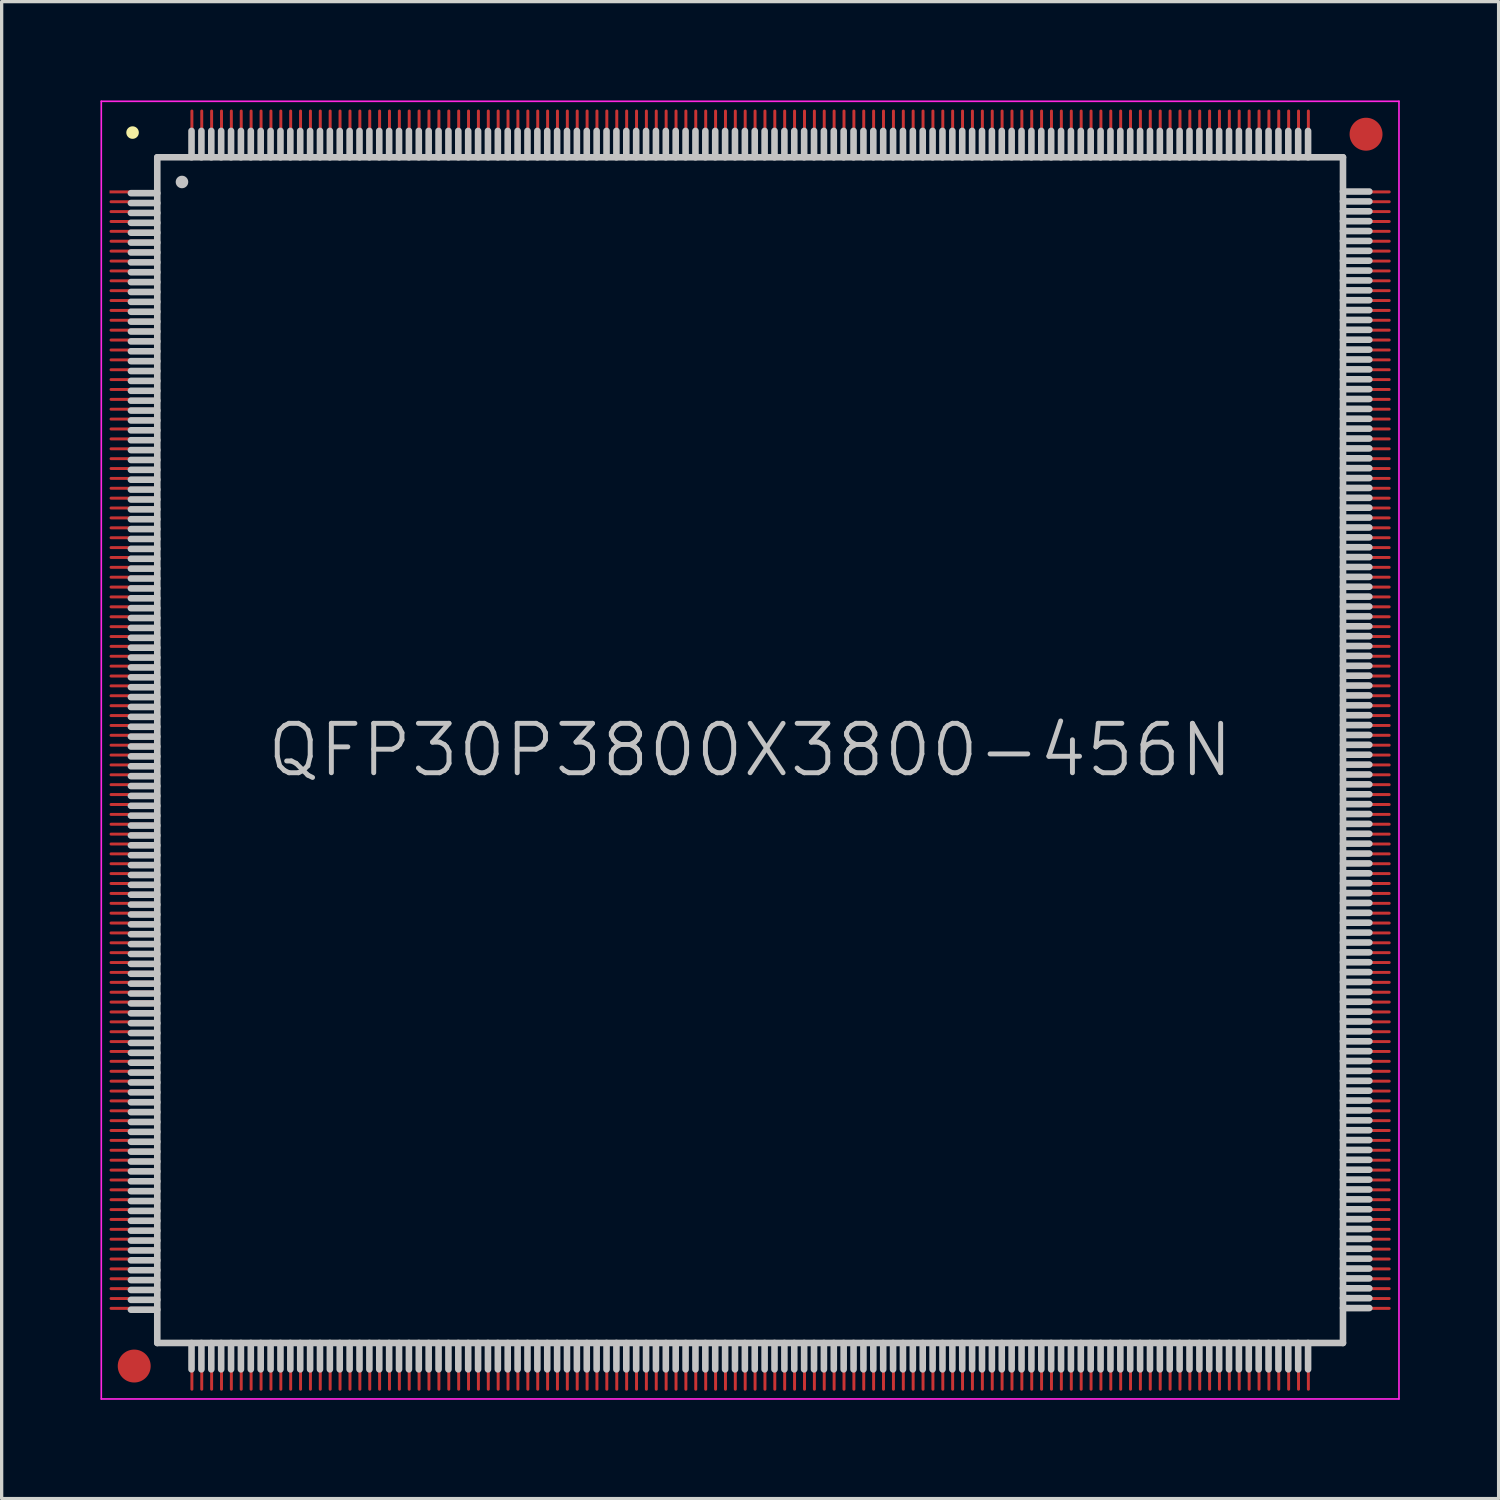
<source format=kicad_pcb>
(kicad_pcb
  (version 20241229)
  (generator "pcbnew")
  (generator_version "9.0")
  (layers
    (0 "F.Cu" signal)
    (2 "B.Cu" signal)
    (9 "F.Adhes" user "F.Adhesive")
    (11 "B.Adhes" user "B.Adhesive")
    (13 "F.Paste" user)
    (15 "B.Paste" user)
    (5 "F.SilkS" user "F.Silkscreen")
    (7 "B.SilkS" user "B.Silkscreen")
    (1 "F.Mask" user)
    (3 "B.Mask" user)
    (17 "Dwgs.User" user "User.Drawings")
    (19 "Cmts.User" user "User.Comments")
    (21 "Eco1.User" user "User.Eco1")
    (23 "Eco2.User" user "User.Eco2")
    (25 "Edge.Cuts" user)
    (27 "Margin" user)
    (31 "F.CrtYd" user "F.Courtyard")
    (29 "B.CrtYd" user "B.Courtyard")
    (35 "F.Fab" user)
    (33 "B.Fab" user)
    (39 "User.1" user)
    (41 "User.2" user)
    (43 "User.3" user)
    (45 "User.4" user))
  (footprint "QFP30P3800X3800-456N"
    (layer "F.Cu")
    (at 19.725 19.725)
    (property "Reference" "QFP30P3800X3800-456N" (at 0 0 0) (layer "Dwgs.User") (effects (font (size 1.5 1.5) (thickness 0.15))))
    (attr smd)
    (fp_line (start -18.75 -18.75) (end -18.75 -18.75) (stroke (width 0.381) (type solid)) (layer "F.SilkS"))
    (fp_line (start -18 -18) (end -18 18) (stroke (width 0.2) (type solid)) (layer "Dwgs.User"))
    (fp_line (start -18 -18) (end 18 -18) (stroke (width 0.2) (type solid)) (layer "Dwgs.User"))
    (fp_line (start -18 -16.91) (end -18.8 -16.91) (stroke (width 0.2) (type solid)) (layer "Dwgs.User"))
    (fp_line (start -18 -16.61) (end -18.8 -16.61) (stroke (width 0.2) (type solid)) (layer "Dwgs.User"))
    (fp_line (start -18 -16.31) (end -18.8 -16.31) (stroke (width 0.2) (type solid)) (layer "Dwgs.User"))
    (fp_line (start -18 -16.01) (end -18.8 -16.01) (stroke (width 0.2) (type solid)) (layer "Dwgs.User"))
    (fp_line (start -18 -15.71) (end -18.8 -15.71) (stroke (width 0.2) (type solid)) (layer "Dwgs.User"))
    (fp_line (start -18 -15.41) (end -18.8 -15.41) (stroke (width 0.2) (type solid)) (layer "Dwgs.User"))
    (fp_line (start -18 -15.11) (end -18.8 -15.11) (stroke (width 0.2) (type solid)) (layer "Dwgs.User"))
    (fp_line (start -18 -14.81) (end -18.8 -14.81) (stroke (width 0.2) (type solid)) (layer "Dwgs.User"))
    (fp_line (start -18 -14.51) (end -18.8 -14.51) (stroke (width 0.2) (type solid)) (layer "Dwgs.User"))
    (fp_line (start -18 -14.21) (end -18.8 -14.21) (stroke (width 0.2) (type solid)) (layer "Dwgs.User"))
    (fp_line (start -18 -13.91) (end -18.8 -13.91) (stroke (width 0.2) (type solid)) (layer "Dwgs.User"))
    (fp_line (start -18 -13.61) (end -18.8 -13.61) (stroke (width 0.2) (type solid)) (layer "Dwgs.User"))
    (fp_line (start -18 -13.31) (end -18.8 -13.31) (stroke (width 0.2) (type solid)) (layer "Dwgs.User"))
    (fp_line (start -18 -13.01) (end -18.8 -13.01) (stroke (width 0.2) (type solid)) (layer "Dwgs.User"))
    (fp_line (start -18 -12.71) (end -18.8 -12.71) (stroke (width 0.2) (type solid)) (layer "Dwgs.User"))
    (fp_line (start -18 -12.41) (end -18.8 -12.41) (stroke (width 0.2) (type solid)) (layer "Dwgs.User"))
    (fp_line (start -18 -12.11) (end -18.8 -12.11) (stroke (width 0.2) (type solid)) (layer "Dwgs.User"))
    (fp_line (start -18 -11.81) (end -18.8 -11.81) (stroke (width 0.2) (type solid)) (layer "Dwgs.User"))
    (fp_line (start -18 -11.51) (end -18.8 -11.51) (stroke (width 0.2) (type solid)) (layer "Dwgs.User"))
    (fp_line (start -18 -11.21) (end -18.8 -11.21) (stroke (width 0.2) (type solid)) (layer "Dwgs.User"))
    (fp_line (start -18 -10.91) (end -18.8 -10.91) (stroke (width 0.2) (type solid)) (layer "Dwgs.User"))
    (fp_line (start -18 -10.61) (end -18.8 -10.61) (stroke (width 0.2) (type solid)) (layer "Dwgs.User"))
    (fp_line (start -18 -10.31) (end -18.8 -10.31) (stroke (width 0.2) (type solid)) (layer "Dwgs.User"))
    (fp_line (start -18 -10.01) (end -18.8 -10.01) (stroke (width 0.2) (type solid)) (layer "Dwgs.User"))
    (fp_line (start -18 -9.71) (end -18.8 -9.71) (stroke (width 0.2) (type solid)) (layer "Dwgs.User"))
    (fp_line (start -18 -9.41) (end -18.8 -9.41) (stroke (width 0.2) (type solid)) (layer "Dwgs.User"))
    (fp_line (start -18 -9.11) (end -18.8 -9.11) (stroke (width 0.2) (type solid)) (layer "Dwgs.User"))
    (fp_line (start -18 -8.81) (end -18.8 -8.81) (stroke (width 0.2) (type solid)) (layer "Dwgs.User"))
    (fp_line (start -18 -8.51) (end -18.8 -8.51) (stroke (width 0.2) (type solid)) (layer "Dwgs.User"))
    (fp_line (start -18 -8.21) (end -18.8 -8.21) (stroke (width 0.2) (type solid)) (layer "Dwgs.User"))
    (fp_line (start -18 -7.91) (end -18.8 -7.91) (stroke (width 0.2) (type solid)) (layer "Dwgs.User"))
    (fp_line (start -18 -7.61) (end -18.8 -7.61) (stroke (width 0.2) (type solid)) (layer "Dwgs.User"))
    (fp_line (start -18 -7.31) (end -18.8 -7.31) (stroke (width 0.2) (type solid)) (layer "Dwgs.User"))
    (fp_line (start -18 -7.01) (end -18.8 -7.01) (stroke (width 0.2) (type solid)) (layer "Dwgs.User"))
    (fp_line (start -18 -6.71) (end -18.8 -6.71) (stroke (width 0.2) (type solid)) (layer "Dwgs.User"))
    (fp_line (start -18 -6.41) (end -18.8 -6.41) (stroke (width 0.2) (type solid)) (layer "Dwgs.User"))
    (fp_line (start -18 -6.11) (end -18.8 -6.11) (stroke (width 0.2) (type solid)) (layer "Dwgs.User"))
    (fp_line (start -18 -5.81) (end -18.8 -5.81) (stroke (width 0.2) (type solid)) (layer "Dwgs.User"))
    (fp_line (start -18 -5.51) (end -18.8 -5.51) (stroke (width 0.2) (type solid)) (layer "Dwgs.User"))
    (fp_line (start -18 -5.21) (end -18.8 -5.21) (stroke (width 0.2) (type solid)) (layer "Dwgs.User"))
    (fp_line (start -18 -4.91) (end -18.8 -4.91) (stroke (width 0.2) (type solid)) (layer "Dwgs.User"))
    (fp_line (start -18 -4.61) (end -18.8 -4.61) (stroke (width 0.2) (type solid)) (layer "Dwgs.User"))
    (fp_line (start -18 -4.31) (end -18.8 -4.31) (stroke (width 0.2) (type solid)) (layer "Dwgs.User"))
    (fp_line (start -18 -4.01) (end -18.8 -4.01) (stroke (width 0.2) (type solid)) (layer "Dwgs.User"))
    (fp_line (start -18 -3.71) (end -18.8 -3.71) (stroke (width 0.2) (type solid)) (layer "Dwgs.User"))
    (fp_line (start -18 -3.41) (end -18.8 -3.41) (stroke (width 0.2) (type solid)) (layer "Dwgs.User"))
    (fp_line (start -18 -3.11) (end -18.8 -3.11) (stroke (width 0.2) (type solid)) (layer "Dwgs.User"))
    (fp_line (start -18 -2.81) (end -18.8 -2.81) (stroke (width 0.2) (type solid)) (layer "Dwgs.User"))
    (fp_line (start -18 -2.51) (end -18.8 -2.51) (stroke (width 0.2) (type solid)) (layer "Dwgs.User"))
    (fp_line (start -18 -2.21) (end -18.8 -2.21) (stroke (width 0.2) (type solid)) (layer "Dwgs.User"))
    (fp_line (start -18 -1.91) (end -18.8 -1.91) (stroke (width 0.2) (type solid)) (layer "Dwgs.User"))
    (fp_line (start -18 -1.61) (end -18.8 -1.61) (stroke (width 0.2) (type solid)) (layer "Dwgs.User"))
    (fp_line (start -18 -1.31) (end -18.8 -1.31) (stroke (width 0.2) (type solid)) (layer "Dwgs.User"))
    (fp_line (start -18 -1.01) (end -18.8 -1.01) (stroke (width 0.2) (type solid)) (layer "Dwgs.User"))
    (fp_line (start -18 -0.71) (end -18.8 -0.71) (stroke (width 0.2) (type solid)) (layer "Dwgs.User"))
    (fp_line (start -18 -0.41) (end -18.8 -0.41) (stroke (width 0.2) (type solid)) (layer "Dwgs.User"))
    (fp_line (start -18 -0.11) (end -18.8 -0.11) (stroke (width 0.2) (type solid)) (layer "Dwgs.User"))
    (fp_line (start -18 0.19) (end -18.8 0.19) (stroke (width 0.2) (type solid)) (layer "Dwgs.User"))
    (fp_line (start -18 0.49) (end -18.8 0.49) (stroke (width 0.2) (type solid)) (layer "Dwgs.User"))
    (fp_line (start -18 0.79) (end -18.8 0.79) (stroke (width 0.2) (type solid)) (layer "Dwgs.User"))
    (fp_line (start -18 1.09) (end -18.8 1.09) (stroke (width 0.2) (type solid)) (layer "Dwgs.User"))
    (fp_line (start -18 1.39) (end -18.8 1.39) (stroke (width 0.2) (type solid)) (layer "Dwgs.User"))
    (fp_line (start -18 1.69) (end -18.8 1.69) (stroke (width 0.2) (type solid)) (layer "Dwgs.User"))
    (fp_line (start -18 1.99) (end -18.8 1.99) (stroke (width 0.2) (type solid)) (layer "Dwgs.User"))
    (fp_line (start -18 2.29) (end -18.8 2.29) (stroke (width 0.2) (type solid)) (layer "Dwgs.User"))
    (fp_line (start -18 2.59) (end -18.8 2.59) (stroke (width 0.2) (type solid)) (layer "Dwgs.User"))
    (fp_line (start -18 2.89) (end -18.8 2.89) (stroke (width 0.2) (type solid)) (layer "Dwgs.User"))
    (fp_line (start -18 3.19) (end -18.8 3.19) (stroke (width 0.2) (type solid)) (layer "Dwgs.User"))
    (fp_line (start -18 3.49) (end -18.8 3.49) (stroke (width 0.2) (type solid)) (layer "Dwgs.User"))
    (fp_line (start -18 3.79) (end -18.8 3.79) (stroke (width 0.2) (type solid)) (layer "Dwgs.User"))
    (fp_line (start -18 4.09) (end -18.8 4.09) (stroke (width 0.2) (type solid)) (layer "Dwgs.User"))
    (fp_line (start -18 4.39) (end -18.8 4.39) (stroke (width 0.2) (type solid)) (layer "Dwgs.User"))
    (fp_line (start -18 4.69) (end -18.8 4.69) (stroke (width 0.2) (type solid)) (layer "Dwgs.User"))
    (fp_line (start -18 4.99) (end -18.8 4.99) (stroke (width 0.2) (type solid)) (layer "Dwgs.User"))
    (fp_line (start -18 5.29) (end -18.8 5.29) (stroke (width 0.2) (type solid)) (layer "Dwgs.User"))
    (fp_line (start -18 5.59) (end -18.8 5.59) (stroke (width 0.2) (type solid)) (layer "Dwgs.User"))
    (fp_line (start -18 5.89) (end -18.8 5.89) (stroke (width 0.2) (type solid)) (layer "Dwgs.User"))
    (fp_line (start -18 6.19) (end -18.8 6.19) (stroke (width 0.2) (type solid)) (layer "Dwgs.User"))
    (fp_line (start -18 6.49) (end -18.8 6.49) (stroke (width 0.2) (type solid)) (layer "Dwgs.User"))
    (fp_line (start -18 6.79) (end -18.8 6.79) (stroke (width 0.2) (type solid)) (layer "Dwgs.User"))
    (fp_line (start -18 7.09) (end -18.8 7.09) (stroke (width 0.2) (type solid)) (layer "Dwgs.User"))
    (fp_line (start -18 7.39) (end -18.8 7.39) (stroke (width 0.2) (type solid)) (layer "Dwgs.User"))
    (fp_line (start -18 7.69) (end -18.8 7.69) (stroke (width 0.2) (type solid)) (layer "Dwgs.User"))
    (fp_line (start -18 7.99) (end -18.8 7.99) (stroke (width 0.2) (type solid)) (layer "Dwgs.User"))
    (fp_line (start -18 8.29) (end -18.8 8.29) (stroke (width 0.2) (type solid)) (layer "Dwgs.User"))
    (fp_line (start -18 8.59) (end -18.8 8.59) (stroke (width 0.2) (type solid)) (layer "Dwgs.User"))
    (fp_line (start -18 8.89) (end -18.8 8.89) (stroke (width 0.2) (type solid)) (layer "Dwgs.User"))
    (fp_line (start -18 9.19) (end -18.8 9.19) (stroke (width 0.2) (type solid)) (layer "Dwgs.User"))
    (fp_line (start -18 9.49) (end -18.8 9.49) (stroke (width 0.2) (type solid)) (layer "Dwgs.User"))
    (fp_line (start -18 9.79) (end -18.8 9.79) (stroke (width 0.2) (type solid)) (layer "Dwgs.User"))
    (fp_line (start -18 10.09) (end -18.8 10.09) (stroke (width 0.2) (type solid)) (layer "Dwgs.User"))
    (fp_line (start -18 10.39) (end -18.8 10.39) (stroke (width 0.2) (type solid)) (layer "Dwgs.User"))
    (fp_line (start -18 10.69) (end -18.8 10.69) (stroke (width 0.2) (type solid)) (layer "Dwgs.User"))
    (fp_line (start -18 10.99) (end -18.8 10.99) (stroke (width 0.2) (type solid)) (layer "Dwgs.User"))
    (fp_line (start -18 11.29) (end -18.8 11.29) (stroke (width 0.2) (type solid)) (layer "Dwgs.User"))
    (fp_line (start -18 11.59) (end -18.8 11.59) (stroke (width 0.2) (type solid)) (layer "Dwgs.User"))
    (fp_line (start -18 11.89) (end -18.8 11.89) (stroke (width 0.2) (type solid)) (layer "Dwgs.User"))
    (fp_line (start -18 12.19) (end -18.8 12.19) (stroke (width 0.2) (type solid)) (layer "Dwgs.User"))
    (fp_line (start -18 12.49) (end -18.8 12.49) (stroke (width 0.2) (type solid)) (layer "Dwgs.User"))
    (fp_line (start -18 12.79) (end -18.8 12.79) (stroke (width 0.2) (type solid)) (layer "Dwgs.User"))
    (fp_line (start -18 13.09) (end -18.8 13.09) (stroke (width 0.2) (type solid)) (layer "Dwgs.User"))
    (fp_line (start -18 13.39) (end -18.8 13.39) (stroke (width 0.2) (type solid)) (layer "Dwgs.User"))
    (fp_line (start -18 13.69) (end -18.8 13.69) (stroke (width 0.2) (type solid)) (layer "Dwgs.User"))
    (fp_line (start -18 13.99) (end -18.8 13.99) (stroke (width 0.2) (type solid)) (layer "Dwgs.User"))
    (fp_line (start -18 14.29) (end -18.8 14.29) (stroke (width 0.2) (type solid)) (layer "Dwgs.User"))
    (fp_line (start -18 14.59) (end -18.8 14.59) (stroke (width 0.2) (type solid)) (layer "Dwgs.User"))
    (fp_line (start -18 14.89) (end -18.8 14.89) (stroke (width 0.2) (type solid)) (layer "Dwgs.User"))
    (fp_line (start -18 15.19) (end -18.8 15.19) (stroke (width 0.2) (type solid)) (layer "Dwgs.User"))
    (fp_line (start -18 15.49) (end -18.8 15.49) (stroke (width 0.2) (type solid)) (layer "Dwgs.User"))
    (fp_line (start -18 15.79) (end -18.8 15.79) (stroke (width 0.2) (type solid)) (layer "Dwgs.User"))
    (fp_line (start -18 16.09) (end -18.8 16.09) (stroke (width 0.2) (type solid)) (layer "Dwgs.User"))
    (fp_line (start -18 16.39) (end -18.8 16.39) (stroke (width 0.2) (type solid)) (layer "Dwgs.User"))
    (fp_line (start -18 16.69) (end -18.8 16.69) (stroke (width 0.2) (type solid)) (layer "Dwgs.User"))
    (fp_line (start -18 16.99) (end -18.8 16.99) (stroke (width 0.2) (type solid)) (layer "Dwgs.User"))
    (fp_line (start -18 18) (end 18 18) (stroke (width 0.2) (type solid)) (layer "Dwgs.User"))
    (fp_line (start -17.25 -17.25) (end -17.25 -17.25) (stroke (width 0.381) (type solid)) (layer "Dwgs.User"))
    (fp_line (start -16.96 -18.8) (end -16.96 -18) (stroke (width 0.2) (type solid)) (layer "Dwgs.User"))
    (fp_line (start -16.96 18) (end -16.96 18.8) (stroke (width 0.2) (type solid)) (layer "Dwgs.User"))
    (fp_line (start -16.66 -18.8) (end -16.66 -18) (stroke (width 0.2) (type solid)) (layer "Dwgs.User"))
    (fp_line (start -16.66 18) (end -16.66 18.8) (stroke (width 0.2) (type solid)) (layer "Dwgs.User"))
    (fp_line (start -16.36 -18.8) (end -16.36 -18) (stroke (width 0.2) (type solid)) (layer "Dwgs.User"))
    (fp_line (start -16.36 18) (end -16.36 18.8) (stroke (width 0.2) (type solid)) (layer "Dwgs.User"))
    (fp_line (start -16.06 -18.8) (end -16.06 -18) (stroke (width 0.2) (type solid)) (layer "Dwgs.User"))
    (fp_line (start -16.06 18) (end -16.06 18.8) (stroke (width 0.2) (type solid)) (layer "Dwgs.User"))
    (fp_line (start -15.76 -18.8) (end -15.76 -18) (stroke (width 0.2) (type solid)) (layer "Dwgs.User"))
    (fp_line (start -15.76 18) (end -15.76 18.8) (stroke (width 0.2) (type solid)) (layer "Dwgs.User"))
    (fp_line (start -15.46 -18.8) (end -15.46 -18) (stroke (width 0.2) (type solid)) (layer "Dwgs.User"))
    (fp_line (start -15.46 18) (end -15.46 18.8) (stroke (width 0.2) (type solid)) (layer "Dwgs.User"))
    (fp_line (start -15.16 -18.8) (end -15.16 -18) (stroke (width 0.2) (type solid)) (layer "Dwgs.User"))
    (fp_line (start -15.16 18) (end -15.16 18.8) (stroke (width 0.2) (type solid)) (layer "Dwgs.User"))
    (fp_line (start -14.86 -18.8) (end -14.86 -18) (stroke (width 0.2) (type solid)) (layer "Dwgs.User"))
    (fp_line (start -14.86 18) (end -14.86 18.8) (stroke (width 0.2) (type solid)) (layer "Dwgs.User"))
    (fp_line (start -14.56 -18.8) (end -14.56 -18) (stroke (width 0.2) (type solid)) (layer "Dwgs.User"))
    (fp_line (start -14.56 18) (end -14.56 18.8) (stroke (width 0.2) (type solid)) (layer "Dwgs.User"))
    (fp_line (start -14.26 -18.8) (end -14.26 -18) (stroke (width 0.2) (type solid)) (layer "Dwgs.User"))
    (fp_line (start -14.26 18) (end -14.26 18.8) (stroke (width 0.2) (type solid)) (layer "Dwgs.User"))
    (fp_line (start -13.96 -18.8) (end -13.96 -18) (stroke (width 0.2) (type solid)) (layer "Dwgs.User"))
    (fp_line (start -13.96 18) (end -13.96 18.8) (stroke (width 0.2) (type solid)) (layer "Dwgs.User"))
    (fp_line (start -13.66 -18.8) (end -13.66 -18) (stroke (width 0.2) (type solid)) (layer "Dwgs.User"))
    (fp_line (start -13.66 18) (end -13.66 18.8) (stroke (width 0.2) (type solid)) (layer "Dwgs.User"))
    (fp_line (start -13.36 -18.8) (end -13.36 -18) (stroke (width 0.2) (type solid)) (layer "Dwgs.User"))
    (fp_line (start -13.36 18) (end -13.36 18.8) (stroke (width 0.2) (type solid)) (layer "Dwgs.User"))
    (fp_line (start -13.06 -18.8) (end -13.06 -18) (stroke (width 0.2) (type solid)) (layer "Dwgs.User"))
    (fp_line (start -13.06 18) (end -13.06 18.8) (stroke (width 0.2) (type solid)) (layer "Dwgs.User"))
    (fp_line (start -12.76 -18.8) (end -12.76 -18) (stroke (width 0.2) (type solid)) (layer "Dwgs.User"))
    (fp_line (start -12.76 18) (end -12.76 18.8) (stroke (width 0.2) (type solid)) (layer "Dwgs.User"))
    (fp_line (start -12.46 -18.8) (end -12.46 -18) (stroke (width 0.2) (type solid)) (layer "Dwgs.User"))
    (fp_line (start -12.46 18) (end -12.46 18.8) (stroke (width 0.2) (type solid)) (layer "Dwgs.User"))
    (fp_line (start -12.16 -18.8) (end -12.16 -18) (stroke (width 0.2) (type solid)) (layer "Dwgs.User"))
    (fp_line (start -12.16 18) (end -12.16 18.8) (stroke (width 0.2) (type solid)) (layer "Dwgs.User"))
    (fp_line (start -11.86 -18.8) (end -11.86 -18) (stroke (width 0.2) (type solid)) (layer "Dwgs.User"))
    (fp_line (start -11.86 18) (end -11.86 18.8) (stroke (width 0.2) (type solid)) (layer "Dwgs.User"))
    (fp_line (start -11.56 -18.8) (end -11.56 -18) (stroke (width 0.2) (type solid)) (layer "Dwgs.User"))
    (fp_line (start -11.56 18) (end -11.56 18.8) (stroke (width 0.2) (type solid)) (layer "Dwgs.User"))
    (fp_line (start -11.26 -18.8) (end -11.26 -18) (stroke (width 0.2) (type solid)) (layer "Dwgs.User"))
    (fp_line (start -11.26 18) (end -11.26 18.8) (stroke (width 0.2) (type solid)) (layer "Dwgs.User"))
    (fp_line (start -10.96 -18.8) (end -10.96 -18) (stroke (width 0.2) (type solid)) (layer "Dwgs.User"))
    (fp_line (start -10.96 18) (end -10.96 18.8) (stroke (width 0.2) (type solid)) (layer "Dwgs.User"))
    (fp_line (start -10.66 -18.8) (end -10.66 -18) (stroke (width 0.2) (type solid)) (layer "Dwgs.User"))
    (fp_line (start -10.66 18) (end -10.66 18.8) (stroke (width 0.2) (type solid)) (layer "Dwgs.User"))
    (fp_line (start -10.36 -18.8) (end -10.36 -18) (stroke (width 0.2) (type solid)) (layer "Dwgs.User"))
    (fp_line (start -10.36 18) (end -10.36 18.8) (stroke (width 0.2) (type solid)) (layer "Dwgs.User"))
    (fp_line (start -10.06 -18.8) (end -10.06 -18) (stroke (width 0.2) (type solid)) (layer "Dwgs.User"))
    (fp_line (start -10.06 18) (end -10.06 18.8) (stroke (width 0.2) (type solid)) (layer "Dwgs.User"))
    (fp_line (start -9.76 -18.8) (end -9.76 -18) (stroke (width 0.2) (type solid)) (layer "Dwgs.User"))
    (fp_line (start -9.76 18) (end -9.76 18.8) (stroke (width 0.2) (type solid)) (layer "Dwgs.User"))
    (fp_line (start -9.46 -18.8) (end -9.46 -18) (stroke (width 0.2) (type solid)) (layer "Dwgs.User"))
    (fp_line (start -9.46 18) (end -9.46 18.8) (stroke (width 0.2) (type solid)) (layer "Dwgs.User"))
    (fp_line (start -9.16 -18.8) (end -9.16 -18) (stroke (width 0.2) (type solid)) (layer "Dwgs.User"))
    (fp_line (start -9.16 18) (end -9.16 18.8) (stroke (width 0.2) (type solid)) (layer "Dwgs.User"))
    (fp_line (start -8.86 -18.8) (end -8.86 -18) (stroke (width 0.2) (type solid)) (layer "Dwgs.User"))
    (fp_line (start -8.86 18) (end -8.86 18.8) (stroke (width 0.2) (type solid)) (layer "Dwgs.User"))
    (fp_line (start -8.56 -18.8) (end -8.56 -18) (stroke (width 0.2) (type solid)) (layer "Dwgs.User"))
    (fp_line (start -8.56 18) (end -8.56 18.8) (stroke (width 0.2) (type solid)) (layer "Dwgs.User"))
    (fp_line (start -8.26 -18.8) (end -8.26 -18) (stroke (width 0.2) (type solid)) (layer "Dwgs.User"))
    (fp_line (start -8.26 18) (end -8.26 18.8) (stroke (width 0.2) (type solid)) (layer "Dwgs.User"))
    (fp_line (start -7.96 -18.8) (end -7.96 -18) (stroke (width 0.2) (type solid)) (layer "Dwgs.User"))
    (fp_line (start -7.96 18) (end -7.96 18.8) (stroke (width 0.2) (type solid)) (layer "Dwgs.User"))
    (fp_line (start -7.66 -18.8) (end -7.66 -18) (stroke (width 0.2) (type solid)) (layer "Dwgs.User"))
    (fp_line (start -7.66 18) (end -7.66 18.8) (stroke (width 0.2) (type solid)) (layer "Dwgs.User"))
    (fp_line (start -7.36 -18.8) (end -7.36 -18) (stroke (width 0.2) (type solid)) (layer "Dwgs.User"))
    (fp_line (start -7.36 18) (end -7.36 18.8) (stroke (width 0.2) (type solid)) (layer "Dwgs.User"))
    (fp_line (start -7.06 -18.8) (end -7.06 -18) (stroke (width 0.2) (type solid)) (layer "Dwgs.User"))
    (fp_line (start -7.06 18) (end -7.06 18.8) (stroke (width 0.2) (type solid)) (layer "Dwgs.User"))
    (fp_line (start -6.76 -18.8) (end -6.76 -18) (stroke (width 0.2) (type solid)) (layer "Dwgs.User"))
    (fp_line (start -6.76 18) (end -6.76 18.8) (stroke (width 0.2) (type solid)) (layer "Dwgs.User"))
    (fp_line (start -6.46 -18.8) (end -6.46 -18) (stroke (width 0.2) (type solid)) (layer "Dwgs.User"))
    (fp_line (start -6.46 18) (end -6.46 18.8) (stroke (width 0.2) (type solid)) (layer "Dwgs.User"))
    (fp_line (start -6.16 -18.8) (end -6.16 -18) (stroke (width 0.2) (type solid)) (layer "Dwgs.User"))
    (fp_line (start -6.16 18) (end -6.16 18.8) (stroke (width 0.2) (type solid)) (layer "Dwgs.User"))
    (fp_line (start -5.86 -18.8) (end -5.86 -18) (stroke (width 0.2) (type solid)) (layer "Dwgs.User"))
    (fp_line (start -5.86 18) (end -5.86 18.8) (stroke (width 0.2) (type solid)) (layer "Dwgs.User"))
    (fp_line (start -5.56 -18.8) (end -5.56 -18) (stroke (width 0.2) (type solid)) (layer "Dwgs.User"))
    (fp_line (start -5.56 18) (end -5.56 18.8) (stroke (width 0.2) (type solid)) (layer "Dwgs.User"))
    (fp_line (start -5.26 -18.8) (end -5.26 -18) (stroke (width 0.2) (type solid)) (layer "Dwgs.User"))
    (fp_line (start -5.26 18) (end -5.26 18.8) (stroke (width 0.2) (type solid)) (layer "Dwgs.User"))
    (fp_line (start -4.96 -18.8) (end -4.96 -18) (stroke (width 0.2) (type solid)) (layer "Dwgs.User"))
    (fp_line (start -4.96 18) (end -4.96 18.8) (stroke (width 0.2) (type solid)) (layer "Dwgs.User"))
    (fp_line (start -4.66 -18.8) (end -4.66 -18) (stroke (width 0.2) (type solid)) (layer "Dwgs.User"))
    (fp_line (start -4.66 18) (end -4.66 18.8) (stroke (width 0.2) (type solid)) (layer "Dwgs.User"))
    (fp_line (start -4.36 -18.8) (end -4.36 -18) (stroke (width 0.2) (type solid)) (layer "Dwgs.User"))
    (fp_line (start -4.36 18) (end -4.36 18.8) (stroke (width 0.2) (type solid)) (layer "Dwgs.User"))
    (fp_line (start -4.06 -18.8) (end -4.06 -18) (stroke (width 0.2) (type solid)) (layer "Dwgs.User"))
    (fp_line (start -4.06 18) (end -4.06 18.8) (stroke (width 0.2) (type solid)) (layer "Dwgs.User"))
    (fp_line (start -3.76 -18.8) (end -3.76 -18) (stroke (width 0.2) (type solid)) (layer "Dwgs.User"))
    (fp_line (start -3.76 18) (end -3.76 18.8) (stroke (width 0.2) (type solid)) (layer "Dwgs.User"))
    (fp_line (start -3.46 -18.8) (end -3.46 -18) (stroke (width 0.2) (type solid)) (layer "Dwgs.User"))
    (fp_line (start -3.46 18) (end -3.46 18.8) (stroke (width 0.2) (type solid)) (layer "Dwgs.User"))
    (fp_line (start -3.16 -18.8) (end -3.16 -18) (stroke (width 0.2) (type solid)) (layer "Dwgs.User"))
    (fp_line (start -3.16 18) (end -3.16 18.8) (stroke (width 0.2) (type solid)) (layer "Dwgs.User"))
    (fp_line (start -2.86 -18.8) (end -2.86 -18) (stroke (width 0.2) (type solid)) (layer "Dwgs.User"))
    (fp_line (start -2.86 18) (end -2.86 18.8) (stroke (width 0.2) (type solid)) (layer "Dwgs.User"))
    (fp_line (start -2.56 -18.8) (end -2.56 -18) (stroke (width 0.2) (type solid)) (layer "Dwgs.User"))
    (fp_line (start -2.56 18) (end -2.56 18.8) (stroke (width 0.2) (type solid)) (layer "Dwgs.User"))
    (fp_line (start -2.26 -18.8) (end -2.26 -18) (stroke (width 0.2) (type solid)) (layer "Dwgs.User"))
    (fp_line (start -2.26 18) (end -2.26 18.8) (stroke (width 0.2) (type solid)) (layer "Dwgs.User"))
    (fp_line (start -1.96 -18.8) (end -1.96 -18) (stroke (width 0.2) (type solid)) (layer "Dwgs.User"))
    (fp_line (start -1.96 18) (end -1.96 18.8) (stroke (width 0.2) (type solid)) (layer "Dwgs.User"))
    (fp_line (start -1.66 -18.8) (end -1.66 -18) (stroke (width 0.2) (type solid)) (layer "Dwgs.User"))
    (fp_line (start -1.66 18) (end -1.66 18.8) (stroke (width 0.2) (type solid)) (layer "Dwgs.User"))
    (fp_line (start -1.36 -18.8) (end -1.36 -18) (stroke (width 0.2) (type solid)) (layer "Dwgs.User"))
    (fp_line (start -1.36 18) (end -1.36 18.8) (stroke (width 0.2) (type solid)) (layer "Dwgs.User"))
    (fp_line (start -1.06 -18.8) (end -1.06 -18) (stroke (width 0.2) (type solid)) (layer "Dwgs.User"))
    (fp_line (start -1.06 18) (end -1.06 18.8) (stroke (width 0.2) (type solid)) (layer "Dwgs.User"))
    (fp_line (start -0.76 -18.8) (end -0.76 -18) (stroke (width 0.2) (type solid)) (layer "Dwgs.User"))
    (fp_line (start -0.76 18) (end -0.76 18.8) (stroke (width 0.2) (type solid)) (layer "Dwgs.User"))
    (fp_line (start -0.46 -18.8) (end -0.46 -18) (stroke (width 0.2) (type solid)) (layer "Dwgs.User"))
    (fp_line (start -0.46 18) (end -0.46 18.8) (stroke (width 0.2) (type solid)) (layer "Dwgs.User"))
    (fp_line (start -0.16 -18.8) (end -0.16 -18) (stroke (width 0.2) (type solid)) (layer "Dwgs.User"))
    (fp_line (start -0.16 18) (end -0.16 18.8) (stroke (width 0.2) (type solid)) (layer "Dwgs.User"))
    (fp_line (start 0.14 -18.8) (end 0.14 -18) (stroke (width 0.2) (type solid)) (layer "Dwgs.User"))
    (fp_line (start 0.14 18) (end 0.14 18.8) (stroke (width 0.2) (type solid)) (layer "Dwgs.User"))
    (fp_line (start 0.44 -18.8) (end 0.44 -18) (stroke (width 0.2) (type solid)) (layer "Dwgs.User"))
    (fp_line (start 0.44 18) (end 0.44 18.8) (stroke (width 0.2) (type solid)) (layer "Dwgs.User"))
    (fp_line (start 0.74 -18.8) (end 0.74 -18) (stroke (width 0.2) (type solid)) (layer "Dwgs.User"))
    (fp_line (start 0.74 18) (end 0.74 18.8) (stroke (width 0.2) (type solid)) (layer "Dwgs.User"))
    (fp_line (start 1.04 -18.8) (end 1.04 -18) (stroke (width 0.2) (type solid)) (layer "Dwgs.User"))
    (fp_line (start 1.04 18) (end 1.04 18.8) (stroke (width 0.2) (type solid)) (layer "Dwgs.User"))
    (fp_line (start 1.34 -18.8) (end 1.34 -18) (stroke (width 0.2) (type solid)) (layer "Dwgs.User"))
    (fp_line (start 1.34 18) (end 1.34 18.8) (stroke (width 0.2) (type solid)) (layer "Dwgs.User"))
    (fp_line (start 1.64 -18.8) (end 1.64 -18) (stroke (width 0.2) (type solid)) (layer "Dwgs.User"))
    (fp_line (start 1.64 18) (end 1.64 18.8) (stroke (width 0.2) (type solid)) (layer "Dwgs.User"))
    (fp_line (start 1.94 -18.8) (end 1.94 -18) (stroke (width 0.2) (type solid)) (layer "Dwgs.User"))
    (fp_line (start 1.94 18) (end 1.94 18.8) (stroke (width 0.2) (type solid)) (layer "Dwgs.User"))
    (fp_line (start 2.24 -18.8) (end 2.24 -18) (stroke (width 0.2) (type solid)) (layer "Dwgs.User"))
    (fp_line (start 2.24 18) (end 2.24 18.8) (stroke (width 0.2) (type solid)) (layer "Dwgs.User"))
    (fp_line (start 2.54 -18.8) (end 2.54 -18) (stroke (width 0.2) (type solid)) (layer "Dwgs.User"))
    (fp_line (start 2.54 18) (end 2.54 18.8) (stroke (width 0.2) (type solid)) (layer "Dwgs.User"))
    (fp_line (start 2.84 -18.8) (end 2.84 -18) (stroke (width 0.2) (type solid)) (layer "Dwgs.User"))
    (fp_line (start 2.84 18) (end 2.84 18.8) (stroke (width 0.2) (type solid)) (layer "Dwgs.User"))
    (fp_line (start 3.14 -18.8) (end 3.14 -18) (stroke (width 0.2) (type solid)) (layer "Dwgs.User"))
    (fp_line (start 3.14 18) (end 3.14 18.8) (stroke (width 0.2) (type solid)) (layer "Dwgs.User"))
    (fp_line (start 3.44 -18.8) (end 3.44 -18) (stroke (width 0.2) (type solid)) (layer "Dwgs.User"))
    (fp_line (start 3.44 18) (end 3.44 18.8) (stroke (width 0.2) (type solid)) (layer "Dwgs.User"))
    (fp_line (start 3.74 -18.8) (end 3.74 -18) (stroke (width 0.2) (type solid)) (layer "Dwgs.User"))
    (fp_line (start 3.74 18) (end 3.74 18.8) (stroke (width 0.2) (type solid)) (layer "Dwgs.User"))
    (fp_line (start 4.04 -18.8) (end 4.04 -18) (stroke (width 0.2) (type solid)) (layer "Dwgs.User"))
    (fp_line (start 4.04 18) (end 4.04 18.8) (stroke (width 0.2) (type solid)) (layer "Dwgs.User"))
    (fp_line (start 4.34 -18.8) (end 4.34 -18) (stroke (width 0.2) (type solid)) (layer "Dwgs.User"))
    (fp_line (start 4.34 18) (end 4.34 18.8) (stroke (width 0.2) (type solid)) (layer "Dwgs.User"))
    (fp_line (start 4.64 -18.8) (end 4.64 -18) (stroke (width 0.2) (type solid)) (layer "Dwgs.User"))
    (fp_line (start 4.64 18) (end 4.64 18.8) (stroke (width 0.2) (type solid)) (layer "Dwgs.User"))
    (fp_line (start 4.94 -18.8) (end 4.94 -18) (stroke (width 0.2) (type solid)) (layer "Dwgs.User"))
    (fp_line (start 4.94 18) (end 4.94 18.8) (stroke (width 0.2) (type solid)) (layer "Dwgs.User"))
    (fp_line (start 5.24 -18.8) (end 5.24 -18) (stroke (width 0.2) (type solid)) (layer "Dwgs.User"))
    (fp_line (start 5.24 18) (end 5.24 18.8) (stroke (width 0.2) (type solid)) (layer "Dwgs.User"))
    (fp_line (start 5.54 -18.8) (end 5.54 -18) (stroke (width 0.2) (type solid)) (layer "Dwgs.User"))
    (fp_line (start 5.54 18) (end 5.54 18.8) (stroke (width 0.2) (type solid)) (layer "Dwgs.User"))
    (fp_line (start 5.84 -18.8) (end 5.84 -18) (stroke (width 0.2) (type solid)) (layer "Dwgs.User"))
    (fp_line (start 5.84 18) (end 5.84 18.8) (stroke (width 0.2) (type solid)) (layer "Dwgs.User"))
    (fp_line (start 6.14 -18.8) (end 6.14 -18) (stroke (width 0.2) (type solid)) (layer "Dwgs.User"))
    (fp_line (start 6.14 18) (end 6.14 18.8) (stroke (width 0.2) (type solid)) (layer "Dwgs.User"))
    (fp_line (start 6.44 -18.8) (end 6.44 -18) (stroke (width 0.2) (type solid)) (layer "Dwgs.User"))
    (fp_line (start 6.44 18) (end 6.44 18.8) (stroke (width 0.2) (type solid)) (layer "Dwgs.User"))
    (fp_line (start 6.74 -18.8) (end 6.74 -18) (stroke (width 0.2) (type solid)) (layer "Dwgs.User"))
    (fp_line (start 6.74 18) (end 6.74 18.8) (stroke (width 0.2) (type solid)) (layer "Dwgs.User"))
    (fp_line (start 7.04 -18.8) (end 7.04 -18) (stroke (width 0.2) (type solid)) (layer "Dwgs.User"))
    (fp_line (start 7.04 18) (end 7.04 18.8) (stroke (width 0.2) (type solid)) (layer "Dwgs.User"))
    (fp_line (start 7.34 -18.8) (end 7.34 -18) (stroke (width 0.2) (type solid)) (layer "Dwgs.User"))
    (fp_line (start 7.34 18) (end 7.34 18.8) (stroke (width 0.2) (type solid)) (layer "Dwgs.User"))
    (fp_line (start 7.64 -18.8) (end 7.64 -18) (stroke (width 0.2) (type solid)) (layer "Dwgs.User"))
    (fp_line (start 7.64 18) (end 7.64 18.8) (stroke (width 0.2) (type solid)) (layer "Dwgs.User"))
    (fp_line (start 7.94 -18.8) (end 7.94 -18) (stroke (width 0.2) (type solid)) (layer "Dwgs.User"))
    (fp_line (start 7.94 18) (end 7.94 18.8) (stroke (width 0.2) (type solid)) (layer "Dwgs.User"))
    (fp_line (start 8.24 -18.8) (end 8.24 -18) (stroke (width 0.2) (type solid)) (layer "Dwgs.User"))
    (fp_line (start 8.24 18) (end 8.24 18.8) (stroke (width 0.2) (type solid)) (layer "Dwgs.User"))
    (fp_line (start 8.54 -18.8) (end 8.54 -18) (stroke (width 0.2) (type solid)) (layer "Dwgs.User"))
    (fp_line (start 8.54 18) (end 8.54 18.8) (stroke (width 0.2) (type solid)) (layer "Dwgs.User"))
    (fp_line (start 8.84 -18.8) (end 8.84 -18) (stroke (width 0.2) (type solid)) (layer "Dwgs.User"))
    (fp_line (start 8.84 18) (end 8.84 18.8) (stroke (width 0.2) (type solid)) (layer "Dwgs.User"))
    (fp_line (start 9.14 -18.8) (end 9.14 -18) (stroke (width 0.2) (type solid)) (layer "Dwgs.User"))
    (fp_line (start 9.14 18) (end 9.14 18.8) (stroke (width 0.2) (type solid)) (layer "Dwgs.User"))
    (fp_line (start 9.44 -18.8) (end 9.44 -18) (stroke (width 0.2) (type solid)) (layer "Dwgs.User"))
    (fp_line (start 9.44 18) (end 9.44 18.8) (stroke (width 0.2) (type solid)) (layer "Dwgs.User"))
    (fp_line (start 9.74 -18.8) (end 9.74 -18) (stroke (width 0.2) (type solid)) (layer "Dwgs.User"))
    (fp_line (start 9.74 18) (end 9.74 18.8) (stroke (width 0.2) (type solid)) (layer "Dwgs.User"))
    (fp_line (start 10.04 -18.8) (end 10.04 -18) (stroke (width 0.2) (type solid)) (layer "Dwgs.User"))
    (fp_line (start 10.04 18) (end 10.04 18.8) (stroke (width 0.2) (type solid)) (layer "Dwgs.User"))
    (fp_line (start 10.34 -18.8) (end 10.34 -18) (stroke (width 0.2) (type solid)) (layer "Dwgs.User"))
    (fp_line (start 10.34 18) (end 10.34 18.8) (stroke (width 0.2) (type solid)) (layer "Dwgs.User"))
    (fp_line (start 10.64 -18.8) (end 10.64 -18) (stroke (width 0.2) (type solid)) (layer "Dwgs.User"))
    (fp_line (start 10.64 18) (end 10.64 18.8) (stroke (width 0.2) (type solid)) (layer "Dwgs.User"))
    (fp_line (start 10.94 -18.8) (end 10.94 -18) (stroke (width 0.2) (type solid)) (layer "Dwgs.User"))
    (fp_line (start 10.94 18) (end 10.94 18.8) (stroke (width 0.2) (type solid)) (layer "Dwgs.User"))
    (fp_line (start 11.24 -18.8) (end 11.24 -18) (stroke (width 0.2) (type solid)) (layer "Dwgs.User"))
    (fp_line (start 11.24 18) (end 11.24 18.8) (stroke (width 0.2) (type solid)) (layer "Dwgs.User"))
    (fp_line (start 11.54 -18.8) (end 11.54 -18) (stroke (width 0.2) (type solid)) (layer "Dwgs.User"))
    (fp_line (start 11.54 18) (end 11.54 18.8) (stroke (width 0.2) (type solid)) (layer "Dwgs.User"))
    (fp_line (start 11.84 -18.8) (end 11.84 -18) (stroke (width 0.2) (type solid)) (layer "Dwgs.User"))
    (fp_line (start 11.84 18) (end 11.84 18.8) (stroke (width 0.2) (type solid)) (layer "Dwgs.User"))
    (fp_line (start 12.14 -18.8) (end 12.14 -18) (stroke (width 0.2) (type solid)) (layer "Dwgs.User"))
    (fp_line (start 12.14 18) (end 12.14 18.8) (stroke (width 0.2) (type solid)) (layer "Dwgs.User"))
    (fp_line (start 12.44 -18.8) (end 12.44 -18) (stroke (width 0.2) (type solid)) (layer "Dwgs.User"))
    (fp_line (start 12.44 18) (end 12.44 18.8) (stroke (width 0.2) (type solid)) (layer "Dwgs.User"))
    (fp_line (start 12.74 -18.8) (end 12.74 -18) (stroke (width 0.2) (type solid)) (layer "Dwgs.User"))
    (fp_line (start 12.74 18) (end 12.74 18.8) (stroke (width 0.2) (type solid)) (layer "Dwgs.User"))
    (fp_line (start 13.04 -18.8) (end 13.04 -18) (stroke (width 0.2) (type solid)) (layer "Dwgs.User"))
    (fp_line (start 13.04 18) (end 13.04 18.8) (stroke (width 0.2) (type solid)) (layer "Dwgs.User"))
    (fp_line (start 13.34 -18.8) (end 13.34 -18) (stroke (width 0.2) (type solid)) (layer "Dwgs.User"))
    (fp_line (start 13.34 18) (end 13.34 18.8) (stroke (width 0.2) (type solid)) (layer "Dwgs.User"))
    (fp_line (start 13.64 -18.8) (end 13.64 -18) (stroke (width 0.2) (type solid)) (layer "Dwgs.User"))
    (fp_line (start 13.64 18) (end 13.64 18.8) (stroke (width 0.2) (type solid)) (layer "Dwgs.User"))
    (fp_line (start 13.94 -18.8) (end 13.94 -18) (stroke (width 0.2) (type solid)) (layer "Dwgs.User"))
    (fp_line (start 13.94 18) (end 13.94 18.8) (stroke (width 0.2) (type solid)) (layer "Dwgs.User"))
    (fp_line (start 14.24 -18.8) (end 14.24 -18) (stroke (width 0.2) (type solid)) (layer "Dwgs.User"))
    (fp_line (start 14.24 18) (end 14.24 18.8) (stroke (width 0.2) (type solid)) (layer "Dwgs.User"))
    (fp_line (start 14.54 -18.8) (end 14.54 -18) (stroke (width 0.2) (type solid)) (layer "Dwgs.User"))
    (fp_line (start 14.54 18) (end 14.54 18.8) (stroke (width 0.2) (type solid)) (layer "Dwgs.User"))
    (fp_line (start 14.84 -18.8) (end 14.84 -18) (stroke (width 0.2) (type solid)) (layer "Dwgs.User"))
    (fp_line (start 14.84 18) (end 14.84 18.8) (stroke (width 0.2) (type solid)) (layer "Dwgs.User"))
    (fp_line (start 15.14 -18.8) (end 15.14 -18) (stroke (width 0.2) (type solid)) (layer "Dwgs.User"))
    (fp_line (start 15.14 18) (end 15.14 18.8) (stroke (width 0.2) (type solid)) (layer "Dwgs.User"))
    (fp_line (start 15.44 -18.8) (end 15.44 -18) (stroke (width 0.2) (type solid)) (layer "Dwgs.User"))
    (fp_line (start 15.44 18) (end 15.44 18.8) (stroke (width 0.2) (type solid)) (layer "Dwgs.User"))
    (fp_line (start 15.74 -18.8) (end 15.74 -18) (stroke (width 0.2) (type solid)) (layer "Dwgs.User"))
    (fp_line (start 15.74 18) (end 15.74 18.8) (stroke (width 0.2) (type solid)) (layer "Dwgs.User"))
    (fp_line (start 16.04 -18.8) (end 16.04 -18) (stroke (width 0.2) (type solid)) (layer "Dwgs.User"))
    (fp_line (start 16.04 18) (end 16.04 18.8) (stroke (width 0.2) (type solid)) (layer "Dwgs.User"))
    (fp_line (start 16.34 -18.8) (end 16.34 -18) (stroke (width 0.2) (type solid)) (layer "Dwgs.User"))
    (fp_line (start 16.34 18) (end 16.34 18.8) (stroke (width 0.2) (type solid)) (layer "Dwgs.User"))
    (fp_line (start 16.64 -18.8) (end 16.64 -18) (stroke (width 0.2) (type solid)) (layer "Dwgs.User"))
    (fp_line (start 16.64 18) (end 16.64 18.8) (stroke (width 0.2) (type solid)) (layer "Dwgs.User"))
    (fp_line (start 16.94 -18.8) (end 16.94 -18) (stroke (width 0.2) (type solid)) (layer "Dwgs.User"))
    (fp_line (start 16.94 18) (end 16.94 18.8) (stroke (width 0.2) (type solid)) (layer "Dwgs.User"))
    (fp_line (start 18 -18) (end 18 18) (stroke (width 0.2) (type solid)) (layer "Dwgs.User"))
    (fp_line (start 18.8 -16.96) (end 18 -16.96) (stroke (width 0.2) (type solid)) (layer "Dwgs.User"))
    (fp_line (start 18.8 -16.66) (end 18 -16.66) (stroke (width 0.2) (type solid)) (layer "Dwgs.User"))
    (fp_line (start 18.8 -16.36) (end 18 -16.36) (stroke (width 0.2) (type solid)) (layer "Dwgs.User"))
    (fp_line (start 18.8 -16.06) (end 18 -16.06) (stroke (width 0.2) (type solid)) (layer "Dwgs.User"))
    (fp_line (start 18.8 -15.76) (end 18 -15.76) (stroke (width 0.2) (type solid)) (layer "Dwgs.User"))
    (fp_line (start 18.8 -15.46) (end 18 -15.46) (stroke (width 0.2) (type solid)) (layer "Dwgs.User"))
    (fp_line (start 18.8 -15.16) (end 18 -15.16) (stroke (width 0.2) (type solid)) (layer "Dwgs.User"))
    (fp_line (start 18.8 -14.86) (end 18 -14.86) (stroke (width 0.2) (type solid)) (layer "Dwgs.User"))
    (fp_line (start 18.8 -14.56) (end 18 -14.56) (stroke (width 0.2) (type solid)) (layer "Dwgs.User"))
    (fp_line (start 18.8 -14.26) (end 18 -14.26) (stroke (width 0.2) (type solid)) (layer "Dwgs.User"))
    (fp_line (start 18.8 -13.96) (end 18 -13.96) (stroke (width 0.2) (type solid)) (layer "Dwgs.User"))
    (fp_line (start 18.8 -13.66) (end 18 -13.66) (stroke (width 0.2) (type solid)) (layer "Dwgs.User"))
    (fp_line (start 18.8 -13.36) (end 18 -13.36) (stroke (width 0.2) (type solid)) (layer "Dwgs.User"))
    (fp_line (start 18.8 -13.06) (end 18 -13.06) (stroke (width 0.2) (type solid)) (layer "Dwgs.User"))
    (fp_line (start 18.8 -12.76) (end 18 -12.76) (stroke (width 0.2) (type solid)) (layer "Dwgs.User"))
    (fp_line (start 18.8 -12.46) (end 18 -12.46) (stroke (width 0.2) (type solid)) (layer "Dwgs.User"))
    (fp_line (start 18.8 -12.16) (end 18 -12.16) (stroke (width 0.2) (type solid)) (layer "Dwgs.User"))
    (fp_line (start 18.8 -11.86) (end 18 -11.86) (stroke (width 0.2) (type solid)) (layer "Dwgs.User"))
    (fp_line (start 18.8 -11.56) (end 18 -11.56) (stroke (width 0.2) (type solid)) (layer "Dwgs.User"))
    (fp_line (start 18.8 -11.26) (end 18 -11.26) (stroke (width 0.2) (type solid)) (layer "Dwgs.User"))
    (fp_line (start 18.8 -10.96) (end 18 -10.96) (stroke (width 0.2) (type solid)) (layer "Dwgs.User"))
    (fp_line (start 18.8 -10.66) (end 18 -10.66) (stroke (width 0.2) (type solid)) (layer "Dwgs.User"))
    (fp_line (start 18.8 -10.36) (end 18 -10.36) (stroke (width 0.2) (type solid)) (layer "Dwgs.User"))
    (fp_line (start 18.8 -10.06) (end 18 -10.06) (stroke (width 0.2) (type solid)) (layer "Dwgs.User"))
    (fp_line (start 18.8 -9.76) (end 18 -9.76) (stroke (width 0.2) (type solid)) (layer "Dwgs.User"))
    (fp_line (start 18.8 -9.46) (end 18 -9.46) (stroke (width 0.2) (type solid)) (layer "Dwgs.User"))
    (fp_line (start 18.8 -9.16) (end 18 -9.16) (stroke (width 0.2) (type solid)) (layer "Dwgs.User"))
    (fp_line (start 18.8 -8.86) (end 18 -8.86) (stroke (width 0.2) (type solid)) (layer "Dwgs.User"))
    (fp_line (start 18.8 -8.56) (end 18 -8.56) (stroke (width 0.2) (type solid)) (layer "Dwgs.User"))
    (fp_line (start 18.8 -8.26) (end 18 -8.26) (stroke (width 0.2) (type solid)) (layer "Dwgs.User"))
    (fp_line (start 18.8 -7.96) (end 18 -7.96) (stroke (width 0.2) (type solid)) (layer "Dwgs.User"))
    (fp_line (start 18.8 -7.66) (end 18 -7.66) (stroke (width 0.2) (type solid)) (layer "Dwgs.User"))
    (fp_line (start 18.8 -7.36) (end 18 -7.36) (stroke (width 0.2) (type solid)) (layer "Dwgs.User"))
    (fp_line (start 18.8 -7.06) (end 18 -7.06) (stroke (width 0.2) (type solid)) (layer "Dwgs.User"))
    (fp_line (start 18.8 -6.76) (end 18 -6.76) (stroke (width 0.2) (type solid)) (layer "Dwgs.User"))
    (fp_line (start 18.8 -6.46) (end 18 -6.46) (stroke (width 0.2) (type solid)) (layer "Dwgs.User"))
    (fp_line (start 18.8 -6.16) (end 18 -6.16) (stroke (width 0.2) (type solid)) (layer "Dwgs.User"))
    (fp_line (start 18.8 -5.86) (end 18 -5.86) (stroke (width 0.2) (type solid)) (layer "Dwgs.User"))
    (fp_line (start 18.8 -5.56) (end 18 -5.56) (stroke (width 0.2) (type solid)) (layer "Dwgs.User"))
    (fp_line (start 18.8 -5.26) (end 18 -5.26) (stroke (width 0.2) (type solid)) (layer "Dwgs.User"))
    (fp_line (start 18.8 -4.96) (end 18 -4.96) (stroke (width 0.2) (type solid)) (layer "Dwgs.User"))
    (fp_line (start 18.8 -4.66) (end 18 -4.66) (stroke (width 0.2) (type solid)) (layer "Dwgs.User"))
    (fp_line (start 18.8 -4.36) (end 18 -4.36) (stroke (width 0.2) (type solid)) (layer "Dwgs.User"))
    (fp_line (start 18.8 -4.06) (end 18 -4.06) (stroke (width 0.2) (type solid)) (layer "Dwgs.User"))
    (fp_line (start 18.8 -3.76) (end 18 -3.76) (stroke (width 0.2) (type solid)) (layer "Dwgs.User"))
    (fp_line (start 18.8 -3.46) (end 18 -3.46) (stroke (width 0.2) (type solid)) (layer "Dwgs.User"))
    (fp_line (start 18.8 -3.16) (end 18 -3.16) (stroke (width 0.2) (type solid)) (layer "Dwgs.User"))
    (fp_line (start 18.8 -2.86) (end 18 -2.86) (stroke (width 0.2) (type solid)) (layer "Dwgs.User"))
    (fp_line (start 18.8 -2.56) (end 18 -2.56) (stroke (width 0.2) (type solid)) (layer "Dwgs.User"))
    (fp_line (start 18.8 -2.26) (end 18 -2.26) (stroke (width 0.2) (type solid)) (layer "Dwgs.User"))
    (fp_line (start 18.8 -1.96) (end 18 -1.96) (stroke (width 0.2) (type solid)) (layer "Dwgs.User"))
    (fp_line (start 18.8 -1.66) (end 18 -1.66) (stroke (width 0.2) (type solid)) (layer "Dwgs.User"))
    (fp_line (start 18.8 -1.36) (end 18 -1.36) (stroke (width 0.2) (type solid)) (layer "Dwgs.User"))
    (fp_line (start 18.8 -1.06) (end 18 -1.06) (stroke (width 0.2) (type solid)) (layer "Dwgs.User"))
    (fp_line (start 18.8 -0.76) (end 18 -0.76) (stroke (width 0.2) (type solid)) (layer "Dwgs.User"))
    (fp_line (start 18.8 -0.46) (end 18 -0.46) (stroke (width 0.2) (type solid)) (layer "Dwgs.User"))
    (fp_line (start 18.8 -0.16) (end 18 -0.16) (stroke (width 0.2) (type solid)) (layer "Dwgs.User"))
    (fp_line (start 18.8 0.14) (end 18 0.14) (stroke (width 0.2) (type solid)) (layer "Dwgs.User"))
    (fp_line (start 18.8 0.44) (end 18 0.44) (stroke (width 0.2) (type solid)) (layer "Dwgs.User"))
    (fp_line (start 18.8 0.74) (end 18 0.74) (stroke (width 0.2) (type solid)) (layer "Dwgs.User"))
    (fp_line (start 18.8 1.04) (end 18 1.04) (stroke (width 0.2) (type solid)) (layer "Dwgs.User"))
    (fp_line (start 18.8 1.34) (end 18 1.34) (stroke (width 0.2) (type solid)) (layer "Dwgs.User"))
    (fp_line (start 18.8 1.64) (end 18 1.64) (stroke (width 0.2) (type solid)) (layer "Dwgs.User"))
    (fp_line (start 18.8 1.94) (end 18 1.94) (stroke (width 0.2) (type solid)) (layer "Dwgs.User"))
    (fp_line (start 18.8 2.24) (end 18 2.24) (stroke (width 0.2) (type solid)) (layer "Dwgs.User"))
    (fp_line (start 18.8 2.54) (end 18 2.54) (stroke (width 0.2) (type solid)) (layer "Dwgs.User"))
    (fp_line (start 18.8 2.84) (end 18 2.84) (stroke (width 0.2) (type solid)) (layer "Dwgs.User"))
    (fp_line (start 18.8 3.14) (end 18 3.14) (stroke (width 0.2) (type solid)) (layer "Dwgs.User"))
    (fp_line (start 18.8 3.44) (end 18 3.44) (stroke (width 0.2) (type solid)) (layer "Dwgs.User"))
    (fp_line (start 18.8 3.74) (end 18 3.74) (stroke (width 0.2) (type solid)) (layer "Dwgs.User"))
    (fp_line (start 18.8 4.04) (end 18 4.04) (stroke (width 0.2) (type solid)) (layer "Dwgs.User"))
    (fp_line (start 18.8 4.34) (end 18 4.34) (stroke (width 0.2) (type solid)) (layer "Dwgs.User"))
    (fp_line (start 18.8 4.64) (end 18 4.64) (stroke (width 0.2) (type solid)) (layer "Dwgs.User"))
    (fp_line (start 18.8 4.94) (end 18 4.94) (stroke (width 0.2) (type solid)) (layer "Dwgs.User"))
    (fp_line (start 18.8 5.24) (end 18 5.24) (stroke (width 0.2) (type solid)) (layer "Dwgs.User"))
    (fp_line (start 18.8 5.54) (end 18 5.54) (stroke (width 0.2) (type solid)) (layer "Dwgs.User"))
    (fp_line (start 18.8 5.84) (end 18 5.84) (stroke (width 0.2) (type solid)) (layer "Dwgs.User"))
    (fp_line (start 18.8 6.14) (end 18 6.14) (stroke (width 0.2) (type solid)) (layer "Dwgs.User"))
    (fp_line (start 18.8 6.44) (end 18 6.44) (stroke (width 0.2) (type solid)) (layer "Dwgs.User"))
    (fp_line (start 18.8 6.74) (end 18 6.74) (stroke (width 0.2) (type solid)) (layer "Dwgs.User"))
    (fp_line (start 18.8 7.04) (end 18 7.04) (stroke (width 0.2) (type solid)) (layer "Dwgs.User"))
    (fp_line (start 18.8 7.34) (end 18 7.34) (stroke (width 0.2) (type solid)) (layer "Dwgs.User"))
    (fp_line (start 18.8 7.64) (end 18 7.64) (stroke (width 0.2) (type solid)) (layer "Dwgs.User"))
    (fp_line (start 18.8 7.94) (end 18 7.94) (stroke (width 0.2) (type solid)) (layer "Dwgs.User"))
    (fp_line (start 18.8 8.24) (end 18 8.24) (stroke (width 0.2) (type solid)) (layer "Dwgs.User"))
    (fp_line (start 18.8 8.54) (end 18 8.54) (stroke (width 0.2) (type solid)) (layer "Dwgs.User"))
    (fp_line (start 18.8 8.84) (end 18 8.84) (stroke (width 0.2) (type solid)) (layer "Dwgs.User"))
    (fp_line (start 18.8 9.14) (end 18 9.14) (stroke (width 0.2) (type solid)) (layer "Dwgs.User"))
    (fp_line (start 18.8 9.44) (end 18 9.44) (stroke (width 0.2) (type solid)) (layer "Dwgs.User"))
    (fp_line (start 18.8 9.74) (end 18 9.74) (stroke (width 0.2) (type solid)) (layer "Dwgs.User"))
    (fp_line (start 18.8 10.04) (end 18 10.04) (stroke (width 0.2) (type solid)) (layer "Dwgs.User"))
    (fp_line (start 18.8 10.34) (end 18 10.34) (stroke (width 0.2) (type solid)) (layer "Dwgs.User"))
    (fp_line (start 18.8 10.64) (end 18 10.64) (stroke (width 0.2) (type solid)) (layer "Dwgs.User"))
    (fp_line (start 18.8 10.94) (end 18 10.94) (stroke (width 0.2) (type solid)) (layer "Dwgs.User"))
    (fp_line (start 18.8 11.24) (end 18 11.24) (stroke (width 0.2) (type solid)) (layer "Dwgs.User"))
    (fp_line (start 18.8 11.54) (end 18 11.54) (stroke (width 0.2) (type solid)) (layer "Dwgs.User"))
    (fp_line (start 18.8 11.84) (end 18 11.84) (stroke (width 0.2) (type solid)) (layer "Dwgs.User"))
    (fp_line (start 18.8 12.14) (end 18 12.14) (stroke (width 0.2) (type solid)) (layer "Dwgs.User"))
    (fp_line (start 18.8 12.44) (end 18 12.44) (stroke (width 0.2) (type solid)) (layer "Dwgs.User"))
    (fp_line (start 18.8 12.74) (end 18 12.74) (stroke (width 0.2) (type solid)) (layer "Dwgs.User"))
    (fp_line (start 18.8 13.04) (end 18 13.04) (stroke (width 0.2) (type solid)) (layer "Dwgs.User"))
    (fp_line (start 18.8 13.34) (end 18 13.34) (stroke (width 0.2) (type solid)) (layer "Dwgs.User"))
    (fp_line (start 18.8 13.64) (end 18 13.64) (stroke (width 0.2) (type solid)) (layer "Dwgs.User"))
    (fp_line (start 18.8 13.94) (end 18 13.94) (stroke (width 0.2) (type solid)) (layer "Dwgs.User"))
    (fp_line (start 18.8 14.24) (end 18 14.24) (stroke (width 0.2) (type solid)) (layer "Dwgs.User"))
    (fp_line (start 18.8 14.54) (end 18 14.54) (stroke (width 0.2) (type solid)) (layer "Dwgs.User"))
    (fp_line (start 18.8 14.84) (end 18 14.84) (stroke (width 0.2) (type solid)) (layer "Dwgs.User"))
    (fp_line (start 18.8 15.14) (end 18 15.14) (stroke (width 0.2) (type solid)) (layer "Dwgs.User"))
    (fp_line (start 18.8 15.44) (end 18 15.44) (stroke (width 0.2) (type solid)) (layer "Dwgs.User"))
    (fp_line (start 18.8 15.74) (end 18 15.74) (stroke (width 0.2) (type solid)) (layer "Dwgs.User"))
    (fp_line (start 18.8 16.04) (end 18 16.04) (stroke (width 0.2) (type solid)) (layer "Dwgs.User"))
    (fp_line (start 18.8 16.34) (end 18 16.34) (stroke (width 0.2) (type solid)) (layer "Dwgs.User"))
    (fp_line (start 18.8 16.64) (end 18 16.64) (stroke (width 0.2) (type solid)) (layer "Dwgs.User"))
    (fp_line (start 18.8 16.94) (end 18 16.94) (stroke (width 0.2) (type solid)) (layer "Dwgs.User"))
    (fp_line (start -19.7 -19.7) (end -19.7 19.7) (stroke (width 0.05) (type solid)) (layer "F.CrtYd"))
    (fp_line (start -19.7 -19.7) (end 19.7 -19.7) (stroke (width 0.05) (type solid)) (layer "F.CrtYd"))
    (fp_line (start -19.7 19.7) (end 19.7 19.7) (stroke (width 0.05) (type solid)) (layer "F.CrtYd"))
    (fp_line (start 19.7 -19.7) (end 19.7 19.7) (stroke (width 0.05) (type solid)) (layer "F.CrtYd"))
    (pad "" smd circle (at -18.7 18.7) (size 1 1) (layers "F.Cu" "F.Mask"))
    (pad "" smd circle (at 18.7 -18.7) (size 1 1) (layers "F.Cu" "F.Mask"))
    (pad "1" smd rect (at -18.699 -16.949) (size 1.5 0.09) (layers "F.Cu" "F.Mask" "F.Paste"))
    (pad "2" smd oval (at -18.699 -16.65) (size 1.5 0.09) (layers "F.Cu" "F.Mask" "F.Paste"))
    (pad "3" smd oval (at -18.699 -16.35) (size 1.5 0.09) (layers "F.Cu" "F.Mask" "F.Paste"))
    (pad "4" smd oval (at -18.699 -16.05) (size 1.5 0.09) (layers "F.Cu" "F.Mask" "F.Paste"))
    (pad "5" smd oval (at -18.699 -15.751) (size 1.5 0.09) (layers "F.Cu" "F.Mask" "F.Paste"))
    (pad "6" smd oval (at -18.699 -15.451) (size 1.5 0.09) (layers "F.Cu" "F.Mask" "F.Paste"))
    (pad "7" smd oval (at -18.699 -15.151) (size 1.5 0.09) (layers "F.Cu" "F.Mask" "F.Paste"))
    (pad "8" smd oval (at -18.699 -14.849) (size 1.5 0.09) (layers "F.Cu" "F.Mask" "F.Paste"))
    (pad "9" smd oval (at -18.699 -14.549) (size 1.5 0.09) (layers "F.Cu" "F.Mask" "F.Paste"))
    (pad "10" smd oval (at -18.699 -14.249) (size 1.5 0.09) (layers "F.Cu" "F.Mask" "F.Paste"))
    (pad "11" smd oval (at -18.699 -13.95) (size 1.5 0.09) (layers "F.Cu" "F.Mask" "F.Paste"))
    (pad "12" smd oval (at -18.699 -13.65) (size 1.5 0.09) (layers "F.Cu" "F.Mask" "F.Paste"))
    (pad "13" smd oval (at -18.699 -13.35) (size 1.5 0.09) (layers "F.Cu" "F.Mask" "F.Paste"))
    (pad "14" smd oval (at -18.699 -13.051) (size 1.5 0.09) (layers "F.Cu" "F.Mask" "F.Paste"))
    (pad "15" smd oval (at -18.699 -12.751) (size 1.5 0.09) (layers "F.Cu" "F.Mask" "F.Paste"))
    (pad "16" smd oval (at -18.699 -12.451) (size 1.5 0.09) (layers "F.Cu" "F.Mask" "F.Paste"))
    (pad "17" smd oval (at -18.699 -12.149) (size 1.5 0.09) (layers "F.Cu" "F.Mask" "F.Paste"))
    (pad "18" smd oval (at -18.699 -11.849) (size 1.5 0.09) (layers "F.Cu" "F.Mask" "F.Paste"))
    (pad "19" smd oval (at -18.699 -11.549) (size 1.5 0.09) (layers "F.Cu" "F.Mask" "F.Paste"))
    (pad "20" smd oval (at -18.699 -11.25) (size 1.5 0.09) (layers "F.Cu" "F.Mask" "F.Paste"))
    (pad "21" smd oval (at -18.699 -10.95) (size 1.5 0.09) (layers "F.Cu" "F.Mask" "F.Paste"))
    (pad "22" smd oval (at -18.699 -10.65) (size 1.5 0.09) (layers "F.Cu" "F.Mask" "F.Paste"))
    (pad "23" smd oval (at -18.699 -10.351) (size 1.5 0.09) (layers "F.Cu" "F.Mask" "F.Paste"))
    (pad "24" smd oval (at -18.699 -10.051) (size 1.5 0.09) (layers "F.Cu" "F.Mask" "F.Paste"))
    (pad "25" smd oval (at -18.699 -9.751) (size 1.5 0.09) (layers "F.Cu" "F.Mask" "F.Paste"))
    (pad "26" smd oval (at -18.699 -9.449) (size 1.5 0.09) (layers "F.Cu" "F.Mask" "F.Paste"))
    (pad "27" smd oval (at -18.699 -9.149) (size 1.5 0.09) (layers "F.Cu" "F.Mask" "F.Paste"))
    (pad "28" smd oval (at -18.699 -8.849) (size 1.5 0.09) (layers "F.Cu" "F.Mask" "F.Paste"))
    (pad "29" smd oval (at -18.699 -8.55) (size 1.5 0.09) (layers "F.Cu" "F.Mask" "F.Paste"))
    (pad "30" smd oval (at -18.699 -8.25) (size 1.5 0.09) (layers "F.Cu" "F.Mask" "F.Paste"))
    (pad "31" smd oval (at -18.699 -7.95) (size 1.5 0.09) (layers "F.Cu" "F.Mask" "F.Paste"))
    (pad "32" smd oval (at -18.699 -7.65) (size 1.5 0.09) (layers "F.Cu" "F.Mask" "F.Paste"))
    (pad "33" smd oval (at -18.699 -7.351) (size 1.5 0.09) (layers "F.Cu" "F.Mask" "F.Paste"))
    (pad "34" smd oval (at -18.699 -7.051) (size 1.5 0.09) (layers "F.Cu" "F.Mask" "F.Paste"))
    (pad "35" smd oval (at -18.699 -6.749) (size 1.5 0.09) (layers "F.Cu" "F.Mask" "F.Paste"))
    (pad "36" smd oval (at -18.699 -6.449) (size 1.5 0.09) (layers "F.Cu" "F.Mask" "F.Paste"))
    (pad "37" smd oval (at -18.699 -6.149) (size 1.5 0.09) (layers "F.Cu" "F.Mask" "F.Paste"))
    (pad "38" smd oval (at -18.699 -5.85) (size 1.5 0.09) (layers "F.Cu" "F.Mask" "F.Paste"))
    (pad "39" smd oval (at -18.699 -5.55) (size 1.5 0.09) (layers "F.Cu" "F.Mask" "F.Paste"))
    (pad "40" smd oval (at -18.699 -5.25) (size 1.5 0.09) (layers "F.Cu" "F.Mask" "F.Paste"))
    (pad "41" smd oval (at -18.699 -4.95) (size 1.5 0.09) (layers "F.Cu" "F.Mask" "F.Paste"))
    (pad "42" smd oval (at -18.699 -4.651) (size 1.5 0.09) (layers "F.Cu" "F.Mask" "F.Paste"))
    (pad "43" smd oval (at -18.699 -4.351) (size 1.5 0.09) (layers "F.Cu" "F.Mask" "F.Paste"))
    (pad "44" smd oval (at -18.699 -4.049) (size 1.5 0.09) (layers "F.Cu" "F.Mask" "F.Paste"))
    (pad "45" smd oval (at -18.699 -3.749) (size 1.5 0.09) (layers "F.Cu" "F.Mask" "F.Paste"))
    (pad "46" smd oval (at -18.699 -3.449) (size 1.5 0.09) (layers "F.Cu" "F.Mask" "F.Paste"))
    (pad "47" smd oval (at -18.699 -3.15) (size 1.5 0.09) (layers "F.Cu" "F.Mask" "F.Paste"))
    (pad "48" smd oval (at -18.699 -2.85) (size 1.5 0.09) (layers "F.Cu" "F.Mask" "F.Paste"))
    (pad "49" smd oval (at -18.699 -2.55) (size 1.5 0.09) (layers "F.Cu" "F.Mask" "F.Paste"))
    (pad "50" smd oval (at -18.699 -2.25) (size 1.5 0.09) (layers "F.Cu" "F.Mask" "F.Paste"))
    (pad "51" smd oval (at -18.699 -1.951) (size 1.5 0.09) (layers "F.Cu" "F.Mask" "F.Paste"))
    (pad "52" smd oval (at -18.699 -1.651) (size 1.5 0.09) (layers "F.Cu" "F.Mask" "F.Paste"))
    (pad "53" smd oval (at -18.699 -1.349) (size 1.5 0.09) (layers "F.Cu" "F.Mask" "F.Paste"))
    (pad "54" smd oval (at -18.699 -1.049) (size 1.5 0.09) (layers "F.Cu" "F.Mask" "F.Paste"))
    (pad "55" smd oval (at -18.699 -0.749) (size 1.5 0.09) (layers "F.Cu" "F.Mask" "F.Paste"))
    (pad "56" smd oval (at -18.699 -0.45) (size 1.5 0.09) (layers "F.Cu" "F.Mask" "F.Paste"))
    (pad "57" smd oval (at -18.699 -0.15) (size 1.5 0.09) (layers "F.Cu" "F.Mask" "F.Paste"))
    (pad "58" smd oval (at -18.699 0.15) (size 1.5 0.09) (layers "F.Cu" "F.Mask" "F.Paste"))
    (pad "59" smd oval (at -18.699 0.45) (size 1.5 0.09) (layers "F.Cu" "F.Mask" "F.Paste"))
    (pad "60" smd oval (at -18.699 0.749) (size 1.5 0.09) (layers "F.Cu" "F.Mask" "F.Paste"))
    (pad "61" smd oval (at -18.699 1.049) (size 1.5 0.09) (layers "F.Cu" "F.Mask" "F.Paste"))
    (pad "62" smd oval (at -18.699 1.349) (size 1.5 0.09) (layers "F.Cu" "F.Mask" "F.Paste"))
    (pad "63" smd oval (at -18.699 1.651) (size 1.5 0.09) (layers "F.Cu" "F.Mask" "F.Paste"))
    (pad "64" smd oval (at -18.699 1.951) (size 1.5 0.09) (layers "F.Cu" "F.Mask" "F.Paste"))
    (pad "65" smd oval (at -18.699 2.25) (size 1.5 0.09) (layers "F.Cu" "F.Mask" "F.Paste"))
    (pad "66" smd oval (at -18.699 2.55) (size 1.5 0.09) (layers "F.Cu" "F.Mask" "F.Paste"))
    (pad "67" smd oval (at -18.699 2.85) (size 1.5 0.09) (layers "F.Cu" "F.Mask" "F.Paste"))
    (pad "68" smd oval (at -18.699 3.15) (size 1.5 0.09) (layers "F.Cu" "F.Mask" "F.Paste"))
    (pad "69" smd oval (at -18.699 3.449) (size 1.5 0.09) (layers "F.Cu" "F.Mask" "F.Paste"))
    (pad "70" smd oval (at -18.699 3.749) (size 1.5 0.09) (layers "F.Cu" "F.Mask" "F.Paste"))
    (pad "71" smd oval (at -18.699 4.049) (size 1.5 0.09) (layers "F.Cu" "F.Mask" "F.Paste"))
    (pad "72" smd oval (at -18.699 4.351) (size 1.5 0.09) (layers "F.Cu" "F.Mask" "F.Paste"))
    (pad "73" smd oval (at -18.699 4.651) (size 1.5 0.09) (layers "F.Cu" "F.Mask" "F.Paste"))
    (pad "74" smd oval (at -18.699 4.95) (size 1.5 0.09) (layers "F.Cu" "F.Mask" "F.Paste"))
    (pad "75" smd oval (at -18.699 5.25) (size 1.5 0.09) (layers "F.Cu" "F.Mask" "F.Paste"))
    (pad "76" smd oval (at -18.699 5.55) (size 1.5 0.09) (layers "F.Cu" "F.Mask" "F.Paste"))
    (pad "77" smd oval (at -18.699 5.85) (size 1.5 0.09) (layers "F.Cu" "F.Mask" "F.Paste"))
    (pad "78" smd oval (at -18.699 6.149) (size 1.5 0.09) (layers "F.Cu" "F.Mask" "F.Paste"))
    (pad "79" smd oval (at -18.699 6.449) (size 1.5 0.09) (layers "F.Cu" "F.Mask" "F.Paste"))
    (pad "80" smd oval (at -18.699 6.749) (size 1.5 0.09) (layers "F.Cu" "F.Mask" "F.Paste"))
    (pad "81" smd oval (at -18.699 7.051) (size 1.5 0.09) (layers "F.Cu" "F.Mask" "F.Paste"))
    (pad "82" smd oval (at -18.699 7.351) (size 1.5 0.09) (layers "F.Cu" "F.Mask" "F.Paste"))
    (pad "83" smd oval (at -18.699 7.65) (size 1.5 0.09) (layers "F.Cu" "F.Mask" "F.Paste"))
    (pad "84" smd oval (at -18.699 7.95) (size 1.5 0.09) (layers "F.Cu" "F.Mask" "F.Paste"))
    (pad "85" smd oval (at -18.699 8.25) (size 1.5 0.09) (layers "F.Cu" "F.Mask" "F.Paste"))
    (pad "86" smd oval (at -18.699 8.55) (size 1.5 0.09) (layers "F.Cu" "F.Mask" "F.Paste"))
    (pad "87" smd oval (at -18.699 8.849) (size 1.5 0.09) (layers "F.Cu" "F.Mask" "F.Paste"))
    (pad "88" smd oval (at -18.699 9.149) (size 1.5 0.09) (layers "F.Cu" "F.Mask" "F.Paste"))
    (pad "89" smd oval (at -18.699 9.449) (size 1.5 0.09) (layers "F.Cu" "F.Mask" "F.Paste"))
    (pad "90" smd oval (at -18.699 9.751) (size 1.5 0.09) (layers "F.Cu" "F.Mask" "F.Paste"))
    (pad "91" smd oval (at -18.699 10.051) (size 1.5 0.09) (layers "F.Cu" "F.Mask" "F.Paste"))
    (pad "92" smd oval (at -18.699 10.351) (size 1.5 0.09) (layers "F.Cu" "F.Mask" "F.Paste"))
    (pad "93" smd oval (at -18.699 10.65) (size 1.5 0.09) (layers "F.Cu" "F.Mask" "F.Paste"))
    (pad "94" smd oval (at -18.699 10.95) (size 1.5 0.09) (layers "F.Cu" "F.Mask" "F.Paste"))
    (pad "95" smd oval (at -18.699 11.25) (size 1.5 0.09) (layers "F.Cu" "F.Mask" "F.Paste"))
    (pad "96" smd oval (at -18.699 11.549) (size 1.5 0.09) (layers "F.Cu" "F.Mask" "F.Paste"))
    (pad "97" smd oval (at -18.699 11.849) (size 1.5 0.09) (layers "F.Cu" "F.Mask" "F.Paste"))
    (pad "98" smd oval (at -18.699 12.149) (size 1.5 0.09) (layers "F.Cu" "F.Mask" "F.Paste"))
    (pad "99" smd oval (at -18.699 12.451) (size 1.5 0.09) (layers "F.Cu" "F.Mask" "F.Paste"))
    (pad "100" smd oval (at -18.699 12.751) (size 1.5 0.09) (layers "F.Cu" "F.Mask" "F.Paste"))
    (pad "101" smd oval (at -18.699 13.051) (size 1.5 0.09) (layers "F.Cu" "F.Mask" "F.Paste"))
    (pad "102" smd oval (at -18.699 13.35) (size 1.5 0.09) (layers "F.Cu" "F.Mask" "F.Paste"))
    (pad "103" smd oval (at -18.699 13.65) (size 1.5 0.09) (layers "F.Cu" "F.Mask" "F.Paste"))
    (pad "104" smd oval (at -18.699 13.95) (size 1.5 0.09) (layers "F.Cu" "F.Mask" "F.Paste"))
    (pad "105" smd oval (at -18.699 14.249) (size 1.5 0.09) (layers "F.Cu" "F.Mask" "F.Paste"))
    (pad "106" smd oval (at -18.699 14.549) (size 1.5 0.09) (layers "F.Cu" "F.Mask" "F.Paste"))
    (pad "107" smd oval (at -18.699 14.849) (size 1.5 0.09) (layers "F.Cu" "F.Mask" "F.Paste"))
    (pad "108" smd oval (at -18.699 15.151) (size 1.5 0.09) (layers "F.Cu" "F.Mask" "F.Paste"))
    (pad "109" smd oval (at -18.699 15.451) (size 1.5 0.09) (layers "F.Cu" "F.Mask" "F.Paste"))
    (pad "110" smd oval (at -18.699 15.751) (size 1.5 0.09) (layers "F.Cu" "F.Mask" "F.Paste"))
    (pad "111" smd oval (at -18.699 16.05) (size 1.5 0.09) (layers "F.Cu" "F.Mask" "F.Paste"))
    (pad "112" smd oval (at -18.699 16.35) (size 1.5 0.09) (layers "F.Cu" "F.Mask" "F.Paste"))
    (pad "113" smd oval (at -18.699 16.65) (size 1.5 0.09) (layers "F.Cu" "F.Mask" "F.Paste"))
    (pad "114" smd oval (at -18.699 16.949) (size 1.5 0.09) (layers "F.Cu" "F.Mask" "F.Paste"))
    (pad "115" smd oval (at -16.949 18.699 90) (size 1.5 0.09) (layers "F.Cu" "F.Mask" "F.Paste"))
    (pad "116" smd oval (at -16.65 18.699 90) (size 1.5 0.09) (layers "F.Cu" "F.Mask" "F.Paste"))
    (pad "117" smd oval (at -16.35 18.699 90) (size 1.5 0.09) (layers "F.Cu" "F.Mask" "F.Paste"))
    (pad "118" smd oval (at -16.05 18.699 90) (size 1.5 0.09) (layers "F.Cu" "F.Mask" "F.Paste"))
    (pad "119" smd oval (at -15.751 18.699 90) (size 1.5 0.09) (layers "F.Cu" "F.Mask" "F.Paste"))
    (pad "120" smd oval (at -15.451 18.699 90) (size 1.5 0.09) (layers "F.Cu" "F.Mask" "F.Paste"))
    (pad "121" smd oval (at -15.151 18.699 90) (size 1.5 0.09) (layers "F.Cu" "F.Mask" "F.Paste"))
    (pad "122" smd oval (at -14.849 18.699 90) (size 1.5 0.09) (layers "F.Cu" "F.Mask" "F.Paste"))
    (pad "123" smd oval (at -14.549 18.699 90) (size 1.5 0.09) (layers "F.Cu" "F.Mask" "F.Paste"))
    (pad "124" smd oval (at -14.249 18.699 90) (size 1.5 0.09) (layers "F.Cu" "F.Mask" "F.Paste"))
    (pad "125" smd oval (at -13.95 18.699 90) (size 1.5 0.09) (layers "F.Cu" "F.Mask" "F.Paste"))
    (pad "126" smd oval (at -13.65 18.699 90) (size 1.5 0.09) (layers "F.Cu" "F.Mask" "F.Paste"))
    (pad "127" smd oval (at -13.35 18.699 90) (size 1.5 0.09) (layers "F.Cu" "F.Mask" "F.Paste"))
    (pad "128" smd oval (at -13.051 18.699 90) (size 1.5 0.09) (layers "F.Cu" "F.Mask" "F.Paste"))
    (pad "129" smd oval (at -12.751 18.699 90) (size 1.5 0.09) (layers "F.Cu" "F.Mask" "F.Paste"))
    (pad "130" smd oval (at -12.451 18.699 90) (size 1.5 0.09) (layers "F.Cu" "F.Mask" "F.Paste"))
    (pad "131" smd oval (at -12.149 18.699 90) (size 1.5 0.09) (layers "F.Cu" "F.Mask" "F.Paste"))
    (pad "132" smd oval (at -11.849 18.699 90) (size 1.5 0.09) (layers "F.Cu" "F.Mask" "F.Paste"))
    (pad "133" smd oval (at -11.549 18.699 90) (size 1.5 0.09) (layers "F.Cu" "F.Mask" "F.Paste"))
    (pad "134" smd oval (at -11.25 18.699 90) (size 1.5 0.09) (layers "F.Cu" "F.Mask" "F.Paste"))
    (pad "135" smd oval (at -10.95 18.699 90) (size 1.5 0.09) (layers "F.Cu" "F.Mask" "F.Paste"))
    (pad "136" smd oval (at -10.65 18.699 90) (size 1.5 0.09) (layers "F.Cu" "F.Mask" "F.Paste"))
    (pad "137" smd oval (at -10.351 18.699 90) (size 1.5 0.09) (layers "F.Cu" "F.Mask" "F.Paste"))
    (pad "138" smd oval (at -10.051 18.699 90) (size 1.5 0.09) (layers "F.Cu" "F.Mask" "F.Paste"))
    (pad "139" smd oval (at -9.751 18.699 90) (size 1.5 0.09) (layers "F.Cu" "F.Mask" "F.Paste"))
    (pad "140" smd oval (at -9.449 18.699 90) (size 1.5 0.09) (layers "F.Cu" "F.Mask" "F.Paste"))
    (pad "141" smd oval (at -9.149 18.699 90) (size 1.5 0.09) (layers "F.Cu" "F.Mask" "F.Paste"))
    (pad "142" smd oval (at -8.849 18.699 90) (size 1.5 0.09) (layers "F.Cu" "F.Mask" "F.Paste"))
    (pad "143" smd oval (at -8.55 18.699 90) (size 1.5 0.09) (layers "F.Cu" "F.Mask" "F.Paste"))
    (pad "144" smd oval (at -8.25 18.699 90) (size 1.5 0.09) (layers "F.Cu" "F.Mask" "F.Paste"))
    (pad "145" smd oval (at -7.95 18.699 90) (size 1.5 0.09) (layers "F.Cu" "F.Mask" "F.Paste"))
    (pad "146" smd oval (at -7.65 18.699 90) (size 1.5 0.09) (layers "F.Cu" "F.Mask" "F.Paste"))
    (pad "147" smd oval (at -7.351 18.699 90) (size 1.5 0.09) (layers "F.Cu" "F.Mask" "F.Paste"))
    (pad "148" smd oval (at -7.051 18.699 90) (size 1.5 0.09) (layers "F.Cu" "F.Mask" "F.Paste"))
    (pad "149" smd oval (at -6.749 18.699 90) (size 1.5 0.09) (layers "F.Cu" "F.Mask" "F.Paste"))
    (pad "150" smd oval (at -6.449 18.699 90) (size 1.5 0.09) (layers "F.Cu" "F.Mask" "F.Paste"))
    (pad "151" smd oval (at -6.149 18.699 90) (size 1.5 0.09) (layers "F.Cu" "F.Mask" "F.Paste"))
    (pad "152" smd oval (at -5.85 18.699 90) (size 1.5 0.09) (layers "F.Cu" "F.Mask" "F.Paste"))
    (pad "153" smd oval (at -5.55 18.699 90) (size 1.5 0.09) (layers "F.Cu" "F.Mask" "F.Paste"))
    (pad "154" smd oval (at -5.25 18.699 90) (size 1.5 0.09) (layers "F.Cu" "F.Mask" "F.Paste"))
    (pad "155" smd oval (at -4.95 18.699 90) (size 1.5 0.09) (layers "F.Cu" "F.Mask" "F.Paste"))
    (pad "156" smd oval (at -4.651 18.699 90) (size 1.5 0.09) (layers "F.Cu" "F.Mask" "F.Paste"))
    (pad "157" smd oval (at -4.351 18.699 90) (size 1.5 0.09) (layers "F.Cu" "F.Mask" "F.Paste"))
    (pad "158" smd oval (at -4.049 18.699 90) (size 1.5 0.09) (layers "F.Cu" "F.Mask" "F.Paste"))
    (pad "159" smd oval (at -3.749 18.699 90) (size 1.5 0.09) (layers "F.Cu" "F.Mask" "F.Paste"))
    (pad "160" smd oval (at -3.449 18.699 90) (size 1.5 0.09) (layers "F.Cu" "F.Mask" "F.Paste"))
    (pad "161" smd oval (at -3.15 18.699 90) (size 1.5 0.09) (layers "F.Cu" "F.Mask" "F.Paste"))
    (pad "162" smd oval (at -2.85 18.699 90) (size 1.5 0.09) (layers "F.Cu" "F.Mask" "F.Paste"))
    (pad "163" smd oval (at -2.55 18.699 90) (size 1.5 0.09) (layers "F.Cu" "F.Mask" "F.Paste"))
    (pad "164" smd oval (at -2.25 18.699 90) (size 1.5 0.09) (layers "F.Cu" "F.Mask" "F.Paste"))
    (pad "165" smd oval (at -1.951 18.699 90) (size 1.5 0.09) (layers "F.Cu" "F.Mask" "F.Paste"))
    (pad "166" smd oval (at -1.651 18.699 90) (size 1.5 0.09) (layers "F.Cu" "F.Mask" "F.Paste"))
    (pad "167" smd oval (at -1.349 18.699 90) (size 1.5 0.09) (layers "F.Cu" "F.Mask" "F.Paste"))
    (pad "168" smd oval (at -1.049 18.699 90) (size 1.5 0.09) (layers "F.Cu" "F.Mask" "F.Paste"))
    (pad "169" smd oval (at -0.749 18.699 90) (size 1.5 0.09) (layers "F.Cu" "F.Mask" "F.Paste"))
    (pad "170" smd oval (at -0.45 18.699 90) (size 1.5 0.09) (layers "F.Cu" "F.Mask" "F.Paste"))
    (pad "171" smd oval (at -0.15 18.699 90) (size 1.5 0.09) (layers "F.Cu" "F.Mask" "F.Paste"))
    (pad "172" smd oval (at 0.15 18.699 90) (size 1.5 0.09) (layers "F.Cu" "F.Mask" "F.Paste"))
    (pad "173" smd oval (at 0.45 18.699 90) (size 1.5 0.09) (layers "F.Cu" "F.Mask" "F.Paste"))
    (pad "174" smd oval (at 0.749 18.699 90) (size 1.5 0.09) (layers "F.Cu" "F.Mask" "F.Paste"))
    (pad "175" smd oval (at 1.049 18.699 90) (size 1.5 0.09) (layers "F.Cu" "F.Mask" "F.Paste"))
    (pad "176" smd oval (at 1.349 18.699 90) (size 1.5 0.09) (layers "F.Cu" "F.Mask" "F.Paste"))
    (pad "177" smd oval (at 1.651 18.699 90) (size 1.5 0.09) (layers "F.Cu" "F.Mask" "F.Paste"))
    (pad "178" smd oval (at 1.951 18.699 90) (size 1.5 0.09) (layers "F.Cu" "F.Mask" "F.Paste"))
    (pad "179" smd oval (at 2.25 18.699 90) (size 1.5 0.09) (layers "F.Cu" "F.Mask" "F.Paste"))
    (pad "180" smd oval (at 2.55 18.699 90) (size 1.5 0.09) (layers "F.Cu" "F.Mask" "F.Paste"))
    (pad "181" smd oval (at 2.85 18.699 90) (size 1.5 0.09) (layers "F.Cu" "F.Mask" "F.Paste"))
    (pad "182" smd oval (at 3.15 18.699 90) (size 1.5 0.09) (layers "F.Cu" "F.Mask" "F.Paste"))
    (pad "183" smd oval (at 3.449 18.699 90) (size 1.5 0.09) (layers "F.Cu" "F.Mask" "F.Paste"))
    (pad "184" smd oval (at 3.749 18.699 90) (size 1.5 0.09) (layers "F.Cu" "F.Mask" "F.Paste"))
    (pad "185" smd oval (at 4.049 18.699 90) (size 1.5 0.09) (layers "F.Cu" "F.Mask" "F.Paste"))
    (pad "186" smd oval (at 4.351 18.699 90) (size 1.5 0.09) (layers "F.Cu" "F.Mask" "F.Paste"))
    (pad "187" smd oval (at 4.651 18.699 90) (size 1.5 0.09) (layers "F.Cu" "F.Mask" "F.Paste"))
    (pad "188" smd oval (at 4.95 18.699 90) (size 1.5 0.09) (layers "F.Cu" "F.Mask" "F.Paste"))
    (pad "189" smd oval (at 5.25 18.699 90) (size 1.5 0.09) (layers "F.Cu" "F.Mask" "F.Paste"))
    (pad "190" smd oval (at 5.55 18.699 90) (size 1.5 0.09) (layers "F.Cu" "F.Mask" "F.Paste"))
    (pad "191" smd oval (at 5.85 18.699 90) (size 1.5 0.09) (layers "F.Cu" "F.Mask" "F.Paste"))
    (pad "192" smd oval (at 6.149 18.699 90) (size 1.5 0.09) (layers "F.Cu" "F.Mask" "F.Paste"))
    (pad "193" smd oval (at 6.449 18.699 90) (size 1.5 0.09) (layers "F.Cu" "F.Mask" "F.Paste"))
    (pad "194" smd oval (at 6.749 18.699 90) (size 1.5 0.09) (layers "F.Cu" "F.Mask" "F.Paste"))
    (pad "195" smd oval (at 7.051 18.699 90) (size 1.5 0.09) (layers "F.Cu" "F.Mask" "F.Paste"))
    (pad "196" smd oval (at 7.351 18.699 90) (size 1.5 0.09) (layers "F.Cu" "F.Mask" "F.Paste"))
    (pad "197" smd oval (at 7.65 18.699 90) (size 1.5 0.09) (layers "F.Cu" "F.Mask" "F.Paste"))
    (pad "198" smd oval (at 7.95 18.699 90) (size 1.5 0.09) (layers "F.Cu" "F.Mask" "F.Paste"))
    (pad "199" smd oval (at 8.25 18.699 90) (size 1.5 0.09) (layers "F.Cu" "F.Mask" "F.Paste"))
    (pad "200" smd oval (at 8.55 18.699 90) (size 1.5 0.09) (layers "F.Cu" "F.Mask" "F.Paste"))
    (pad "201" smd oval (at 8.849 18.699 90) (size 1.5 0.09) (layers "F.Cu" "F.Mask" "F.Paste"))
    (pad "202" smd oval (at 9.149 18.699 90) (size 1.5 0.09) (layers "F.Cu" "F.Mask" "F.Paste"))
    (pad "203" smd oval (at 9.449 18.699 90) (size 1.5 0.09) (layers "F.Cu" "F.Mask" "F.Paste"))
    (pad "204" smd oval (at 9.751 18.699 90) (size 1.5 0.09) (layers "F.Cu" "F.Mask" "F.Paste"))
    (pad "205" smd oval (at 10.051 18.699 90) (size 1.5 0.09) (layers "F.Cu" "F.Mask" "F.Paste"))
    (pad "206" smd oval (at 10.351 18.699 90) (size 1.5 0.09) (layers "F.Cu" "F.Mask" "F.Paste"))
    (pad "207" smd oval (at 10.65 18.699 90) (size 1.5 0.09) (layers "F.Cu" "F.Mask" "F.Paste"))
    (pad "208" smd oval (at 10.95 18.699 90) (size 1.5 0.09) (layers "F.Cu" "F.Mask" "F.Paste"))
    (pad "209" smd oval (at 11.25 18.699 90) (size 1.5 0.09) (layers "F.Cu" "F.Mask" "F.Paste"))
    (pad "210" smd oval (at 11.549 18.699 90) (size 1.5 0.09) (layers "F.Cu" "F.Mask" "F.Paste"))
    (pad "211" smd oval (at 11.849 18.699 90) (size 1.5 0.09) (layers "F.Cu" "F.Mask" "F.Paste"))
    (pad "212" smd oval (at 12.149 18.699 90) (size 1.5 0.09) (layers "F.Cu" "F.Mask" "F.Paste"))
    (pad "213" smd oval (at 12.451 18.699 90) (size 1.5 0.09) (layers "F.Cu" "F.Mask" "F.Paste"))
    (pad "214" smd oval (at 12.751 18.699 90) (size 1.5 0.09) (layers "F.Cu" "F.Mask" "F.Paste"))
    (pad "215" smd oval (at 13.051 18.699 90) (size 1.5 0.09) (layers "F.Cu" "F.Mask" "F.Paste"))
    (pad "216" smd oval (at 13.35 18.699 90) (size 1.5 0.09) (layers "F.Cu" "F.Mask" "F.Paste"))
    (pad "217" smd oval (at 13.65 18.699 90) (size 1.5 0.09) (layers "F.Cu" "F.Mask" "F.Paste"))
    (pad "218" smd oval (at 13.95 18.699 90) (size 1.5 0.09) (layers "F.Cu" "F.Mask" "F.Paste"))
    (pad "219" smd oval (at 14.249 18.699 90) (size 1.5 0.09) (layers "F.Cu" "F.Mask" "F.Paste"))
    (pad "220" smd oval (at 14.549 18.699 90) (size 1.5 0.09) (layers "F.Cu" "F.Mask" "F.Paste"))
    (pad "221" smd oval (at 14.849 18.699 90) (size 1.5 0.09) (layers "F.Cu" "F.Mask" "F.Paste"))
    (pad "222" smd oval (at 15.151 18.699 90) (size 1.5 0.09) (layers "F.Cu" "F.Mask" "F.Paste"))
    (pad "223" smd oval (at 15.451 18.699 90) (size 1.5 0.09) (layers "F.Cu" "F.Mask" "F.Paste"))
    (pad "224" smd oval (at 15.751 18.699 90) (size 1.5 0.09) (layers "F.Cu" "F.Mask" "F.Paste"))
    (pad "225" smd oval (at 16.05 18.699 90) (size 1.5 0.09) (layers "F.Cu" "F.Mask" "F.Paste"))
    (pad "226" smd oval (at 16.35 18.699 90) (size 1.5 0.09) (layers "F.Cu" "F.Mask" "F.Paste"))
    (pad "227" smd oval (at 16.65 18.699 90) (size 1.5 0.09) (layers "F.Cu" "F.Mask" "F.Paste"))
    (pad "228" smd oval (at 16.949 18.699 90) (size 1.5 0.09) (layers "F.Cu" "F.Mask" "F.Paste"))
    (pad "229" smd oval (at 18.699 16.949) (size 1.5 0.09) (layers "F.Cu" "F.Mask" "F.Paste"))
    (pad "230" smd oval (at 18.699 16.65) (size 1.5 0.09) (layers "F.Cu" "F.Mask" "F.Paste"))
    (pad "231" smd oval (at 18.699 16.35) (size 1.5 0.09) (layers "F.Cu" "F.Mask" "F.Paste"))
    (pad "232" smd oval (at 18.699 16.05) (size 1.5 0.09) (layers "F.Cu" "F.Mask" "F.Paste"))
    (pad "233" smd oval (at 18.699 15.751) (size 1.5 0.09) (layers "F.Cu" "F.Mask" "F.Paste"))
    (pad "234" smd oval (at 18.699 15.451) (size 1.5 0.09) (layers "F.Cu" "F.Mask" "F.Paste"))
    (pad "235" smd oval (at 18.699 15.151) (size 1.5 0.09) (layers "F.Cu" "F.Mask" "F.Paste"))
    (pad "236" smd oval (at 18.699 14.849) (size 1.5 0.09) (layers "F.Cu" "F.Mask" "F.Paste"))
    (pad "237" smd oval (at 18.699 14.549) (size 1.5 0.09) (layers "F.Cu" "F.Mask" "F.Paste"))
    (pad "238" smd oval (at 18.699 14.249) (size 1.5 0.09) (layers "F.Cu" "F.Mask" "F.Paste"))
    (pad "239" smd oval (at 18.699 13.95) (size 1.5 0.09) (layers "F.Cu" "F.Mask" "F.Paste"))
    (pad "240" smd oval (at 18.699 13.65) (size 1.5 0.09) (layers "F.Cu" "F.Mask" "F.Paste"))
    (pad "241" smd oval (at 18.699 13.35) (size 1.5 0.09) (layers "F.Cu" "F.Mask" "F.Paste"))
    (pad "242" smd oval (at 18.699 13.051) (size 1.5 0.09) (layers "F.Cu" "F.Mask" "F.Paste"))
    (pad "243" smd oval (at 18.699 12.751) (size 1.5 0.09) (layers "F.Cu" "F.Mask" "F.Paste"))
    (pad "244" smd oval (at 18.699 12.451) (size 1.5 0.09) (layers "F.Cu" "F.Mask" "F.Paste"))
    (pad "245" smd oval (at 18.699 12.149) (size 1.5 0.09) (layers "F.Cu" "F.Mask" "F.Paste"))
    (pad "246" smd oval (at 18.699 11.849) (size 1.5 0.09) (layers "F.Cu" "F.Mask" "F.Paste"))
    (pad "247" smd oval (at 18.699 11.549) (size 1.5 0.09) (layers "F.Cu" "F.Mask" "F.Paste"))
    (pad "248" smd oval (at 18.699 11.25) (size 1.5 0.09) (layers "F.Cu" "F.Mask" "F.Paste"))
    (pad "249" smd oval (at 18.699 10.95) (size 1.5 0.09) (layers "F.Cu" "F.Mask" "F.Paste"))
    (pad "250" smd oval (at 18.699 10.65) (size 1.5 0.09) (layers "F.Cu" "F.Mask" "F.Paste"))
    (pad "251" smd oval (at 18.699 10.351) (size 1.5 0.09) (layers "F.Cu" "F.Mask" "F.Paste"))
    (pad "252" smd oval (at 18.699 10.051) (size 1.5 0.09) (layers "F.Cu" "F.Mask" "F.Paste"))
    (pad "253" smd oval (at 18.699 9.751) (size 1.5 0.09) (layers "F.Cu" "F.Mask" "F.Paste"))
    (pad "254" smd oval (at 18.699 9.449) (size 1.5 0.09) (layers "F.Cu" "F.Mask" "F.Paste"))
    (pad "255" smd oval (at 18.699 9.149) (size 1.5 0.09) (layers "F.Cu" "F.Mask" "F.Paste"))
    (pad "256" smd oval (at 18.699 8.849) (size 1.5 0.09) (layers "F.Cu" "F.Mask" "F.Paste"))
    (pad "257" smd oval (at 18.699 8.55) (size 1.5 0.09) (layers "F.Cu" "F.Mask" "F.Paste"))
    (pad "258" smd oval (at 18.699 8.25) (size 1.5 0.09) (layers "F.Cu" "F.Mask" "F.Paste"))
    (pad "259" smd oval (at 18.699 7.95) (size 1.5 0.09) (layers "F.Cu" "F.Mask" "F.Paste"))
    (pad "260" smd oval (at 18.699 7.65) (size 1.5 0.09) (layers "F.Cu" "F.Mask" "F.Paste"))
    (pad "261" smd oval (at 18.699 7.351) (size 1.5 0.09) (layers "F.Cu" "F.Mask" "F.Paste"))
    (pad "262" smd oval (at 18.699 7.051) (size 1.5 0.09) (layers "F.Cu" "F.Mask" "F.Paste"))
    (pad "263" smd oval (at 18.699 6.749) (size 1.5 0.09) (layers "F.Cu" "F.Mask" "F.Paste"))
    (pad "264" smd oval (at 18.699 6.449) (size 1.5 0.09) (layers "F.Cu" "F.Mask" "F.Paste"))
    (pad "265" smd oval (at 18.699 6.149) (size 1.5 0.09) (layers "F.Cu" "F.Mask" "F.Paste"))
    (pad "266" smd oval (at 18.699 5.85) (size 1.5 0.09) (layers "F.Cu" "F.Mask" "F.Paste"))
    (pad "267" smd oval (at 18.699 5.55) (size 1.5 0.09) (layers "F.Cu" "F.Mask" "F.Paste"))
    (pad "268" smd oval (at 18.699 5.25) (size 1.5 0.09) (layers "F.Cu" "F.Mask" "F.Paste"))
    (pad "269" smd oval (at 18.699 4.95) (size 1.5 0.09) (layers "F.Cu" "F.Mask" "F.Paste"))
    (pad "270" smd oval (at 18.699 4.651) (size 1.5 0.09) (layers "F.Cu" "F.Mask" "F.Paste"))
    (pad "271" smd oval (at 18.699 4.351) (size 1.5 0.09) (layers "F.Cu" "F.Mask" "F.Paste"))
    (pad "272" smd oval (at 18.699 4.049) (size 1.5 0.09) (layers "F.Cu" "F.Mask" "F.Paste"))
    (pad "273" smd oval (at 18.699 3.749) (size 1.5 0.09) (layers "F.Cu" "F.Mask" "F.Paste"))
    (pad "274" smd oval (at 18.699 3.449) (size 1.5 0.09) (layers "F.Cu" "F.Mask" "F.Paste"))
    (pad "275" smd oval (at 18.699 3.15) (size 1.5 0.09) (layers "F.Cu" "F.Mask" "F.Paste"))
    (pad "276" smd oval (at 18.699 2.85) (size 1.5 0.09) (layers "F.Cu" "F.Mask" "F.Paste"))
    (pad "277" smd oval (at 18.699 2.55) (size 1.5 0.09) (layers "F.Cu" "F.Mask" "F.Paste"))
    (pad "278" smd oval (at 18.699 2.25) (size 1.5 0.09) (layers "F.Cu" "F.Mask" "F.Paste"))
    (pad "279" smd oval (at 18.699 1.951) (size 1.5 0.09) (layers "F.Cu" "F.Mask" "F.Paste"))
    (pad "280" smd oval (at 18.699 1.651) (size 1.5 0.09) (layers "F.Cu" "F.Mask" "F.Paste"))
    (pad "281" smd oval (at 18.699 1.349) (size 1.5 0.09) (layers "F.Cu" "F.Mask" "F.Paste"))
    (pad "282" smd oval (at 18.699 1.049) (size 1.5 0.09) (layers "F.Cu" "F.Mask" "F.Paste"))
    (pad "283" smd oval (at 18.699 0.749) (size 1.5 0.09) (layers "F.Cu" "F.Mask" "F.Paste"))
    (pad "284" smd oval (at 18.699 0.45) (size 1.5 0.09) (layers "F.Cu" "F.Mask" "F.Paste"))
    (pad "285" smd oval (at 18.699 0.15) (size 1.5 0.09) (layers "F.Cu" "F.Mask" "F.Paste"))
    (pad "286" smd oval (at 18.699 -0.15) (size 1.5 0.09) (layers "F.Cu" "F.Mask" "F.Paste"))
    (pad "287" smd oval (at 18.699 -0.45) (size 1.5 0.09) (layers "F.Cu" "F.Mask" "F.Paste"))
    (pad "288" smd oval (at 18.699 -0.749) (size 1.5 0.09) (layers "F.Cu" "F.Mask" "F.Paste"))
    (pad "289" smd oval (at 18.699 -1.049) (size 1.5 0.09) (layers "F.Cu" "F.Mask" "F.Paste"))
    (pad "290" smd oval (at 18.699 -1.349) (size 1.5 0.09) (layers "F.Cu" "F.Mask" "F.Paste"))
    (pad "291" smd oval (at 18.699 -1.651) (size 1.5 0.09) (layers "F.Cu" "F.Mask" "F.Paste"))
    (pad "292" smd oval (at 18.699 -1.951) (size 1.5 0.09) (layers "F.Cu" "F.Mask" "F.Paste"))
    (pad "293" smd oval (at 18.699 -2.25) (size 1.5 0.09) (layers "F.Cu" "F.Mask" "F.Paste"))
    (pad "294" smd oval (at 18.699 -2.55) (size 1.5 0.09) (layers "F.Cu" "F.Mask" "F.Paste"))
    (pad "295" smd oval (at 18.699 -2.85) (size 1.5 0.09) (layers "F.Cu" "F.Mask" "F.Paste"))
    (pad "296" smd oval (at 18.699 -3.15) (size 1.5 0.09) (layers "F.Cu" "F.Mask" "F.Paste"))
    (pad "297" smd oval (at 18.699 -3.449) (size 1.5 0.09) (layers "F.Cu" "F.Mask" "F.Paste"))
    (pad "298" smd oval (at 18.699 -3.749) (size 1.5 0.09) (layers "F.Cu" "F.Mask" "F.Paste"))
    (pad "299" smd oval (at 18.699 -4.049) (size 1.5 0.09) (layers "F.Cu" "F.Mask" "F.Paste"))
    (pad "300" smd oval (at 18.699 -4.351) (size 1.5 0.09) (layers "F.Cu" "F.Mask" "F.Paste"))
    (pad "301" smd oval (at 18.699 -4.651) (size 1.5 0.09) (layers "F.Cu" "F.Mask" "F.Paste"))
    (pad "302" smd oval (at 18.699 -4.95) (size 1.5 0.09) (layers "F.Cu" "F.Mask" "F.Paste"))
    (pad "303" smd oval (at 18.699 -5.25) (size 1.5 0.09) (layers "F.Cu" "F.Mask" "F.Paste"))
    (pad "304" smd oval (at 18.699 -5.55) (size 1.5 0.09) (layers "F.Cu" "F.Mask" "F.Paste"))
    (pad "305" smd oval (at 18.699 -5.85) (size 1.5 0.09) (layers "F.Cu" "F.Mask" "F.Paste"))
    (pad "306" smd oval (at 18.699 -6.149) (size 1.5 0.09) (layers "F.Cu" "F.Mask" "F.Paste"))
    (pad "307" smd oval (at 18.699 -6.449) (size 1.5 0.09) (layers "F.Cu" "F.Mask" "F.Paste"))
    (pad "308" smd oval (at 18.699 -6.749) (size 1.5 0.09) (layers "F.Cu" "F.Mask" "F.Paste"))
    (pad "309" smd oval (at 18.699 -7.051) (size 1.5 0.09) (layers "F.Cu" "F.Mask" "F.Paste"))
    (pad "310" smd oval (at 18.699 -7.351) (size 1.5 0.09) (layers "F.Cu" "F.Mask" "F.Paste"))
    (pad "311" smd oval (at 18.699 -7.65) (size 1.5 0.09) (layers "F.Cu" "F.Mask" "F.Paste"))
    (pad "312" smd oval (at 18.699 -7.95) (size 1.5 0.09) (layers "F.Cu" "F.Mask" "F.Paste"))
    (pad "313" smd oval (at 18.699 -8.25) (size 1.5 0.09) (layers "F.Cu" "F.Mask" "F.Paste"))
    (pad "314" smd oval (at 18.699 -8.55) (size 1.5 0.09) (layers "F.Cu" "F.Mask" "F.Paste"))
    (pad "315" smd oval (at 18.699 -8.849) (size 1.5 0.09) (layers "F.Cu" "F.Mask" "F.Paste"))
    (pad "316" smd oval (at 18.699 -9.149) (size 1.5 0.09) (layers "F.Cu" "F.Mask" "F.Paste"))
    (pad "317" smd oval (at 18.699 -9.449) (size 1.5 0.09) (layers "F.Cu" "F.Mask" "F.Paste"))
    (pad "318" smd oval (at 18.699 -9.751) (size 1.5 0.09) (layers "F.Cu" "F.Mask" "F.Paste"))
    (pad "319" smd oval (at 18.699 -10.051) (size 1.5 0.09) (layers "F.Cu" "F.Mask" "F.Paste"))
    (pad "320" smd oval (at 18.699 -10.351) (size 1.5 0.09) (layers "F.Cu" "F.Mask" "F.Paste"))
    (pad "321" smd oval (at 18.699 -10.65) (size 1.5 0.09) (layers "F.Cu" "F.Mask" "F.Paste"))
    (pad "322" smd oval (at 18.699 -10.95) (size 1.5 0.09) (layers "F.Cu" "F.Mask" "F.Paste"))
    (pad "323" smd oval (at 18.699 -11.25) (size 1.5 0.09) (layers "F.Cu" "F.Mask" "F.Paste"))
    (pad "324" smd oval (at 18.699 -11.549) (size 1.5 0.09) (layers "F.Cu" "F.Mask" "F.Paste"))
    (pad "325" smd oval (at 18.699 -11.849) (size 1.5 0.09) (layers "F.Cu" "F.Mask" "F.Paste"))
    (pad "326" smd oval (at 18.699 -12.149) (size 1.5 0.09) (layers "F.Cu" "F.Mask" "F.Paste"))
    (pad "327" smd oval (at 18.699 -12.451) (size 1.5 0.09) (layers "F.Cu" "F.Mask" "F.Paste"))
    (pad "328" smd oval (at 18.699 -12.751) (size 1.5 0.09) (layers "F.Cu" "F.Mask" "F.Paste"))
    (pad "329" smd oval (at 18.699 -13.051) (size 1.5 0.09) (layers "F.Cu" "F.Mask" "F.Paste"))
    (pad "330" smd oval (at 18.699 -13.35) (size 1.5 0.09) (layers "F.Cu" "F.Mask" "F.Paste"))
    (pad "331" smd oval (at 18.699 -13.65) (size 1.5 0.09) (layers "F.Cu" "F.Mask" "F.Paste"))
    (pad "332" smd oval (at 18.699 -13.95) (size 1.5 0.09) (layers "F.Cu" "F.Mask" "F.Paste"))
    (pad "333" smd oval (at 18.699 -14.249) (size 1.5 0.09) (layers "F.Cu" "F.Mask" "F.Paste"))
    (pad "334" smd oval (at 18.699 -14.549) (size 1.5 0.09) (layers "F.Cu" "F.Mask" "F.Paste"))
    (pad "335" smd oval (at 18.699 -14.849) (size 1.5 0.09) (layers "F.Cu" "F.Mask" "F.Paste"))
    (pad "336" smd oval (at 18.699 -15.151) (size 1.5 0.09) (layers "F.Cu" "F.Mask" "F.Paste"))
    (pad "337" smd oval (at 18.699 -15.451) (size 1.5 0.09) (layers "F.Cu" "F.Mask" "F.Paste"))
    (pad "338" smd oval (at 18.699 -15.751) (size 1.5 0.09) (layers "F.Cu" "F.Mask" "F.Paste"))
    (pad "339" smd oval (at 18.699 -16.05) (size 1.5 0.09) (layers "F.Cu" "F.Mask" "F.Paste"))
    (pad "340" smd oval (at 18.699 -16.35) (size 1.5 0.09) (layers "F.Cu" "F.Mask" "F.Paste"))
    (pad "341" smd oval (at 18.699 -16.65) (size 1.5 0.09) (layers "F.Cu" "F.Mask" "F.Paste"))
    (pad "342" smd oval (at 18.699 -16.949) (size 1.5 0.09) (layers "F.Cu" "F.Mask" "F.Paste"))
    (pad "343" smd oval (at 16.949 -18.699 90) (size 1.5 0.09) (layers "F.Cu" "F.Mask" "F.Paste"))
    (pad "344" smd oval (at 16.65 -18.699 90) (size 1.5 0.09) (layers "F.Cu" "F.Mask" "F.Paste"))
    (pad "345" smd oval (at 16.35 -18.699 90) (size 1.5 0.09) (layers "F.Cu" "F.Mask" "F.Paste"))
    (pad "346" smd oval (at 16.05 -18.699 90) (size 1.5 0.09) (layers "F.Cu" "F.Mask" "F.Paste"))
    (pad "347" smd oval (at 15.751 -18.699 90) (size 1.5 0.09) (layers "F.Cu" "F.Mask" "F.Paste"))
    (pad "348" smd oval (at 15.451 -18.699 90) (size 1.5 0.09) (layers "F.Cu" "F.Mask" "F.Paste"))
    (pad "349" smd oval (at 15.151 -18.699 90) (size 1.5 0.09) (layers "F.Cu" "F.Mask" "F.Paste"))
    (pad "350" smd oval (at 14.849 -18.699 90) (size 1.5 0.09) (layers "F.Cu" "F.Mask" "F.Paste"))
    (pad "351" smd oval (at 14.549 -18.699 90) (size 1.5 0.09) (layers "F.Cu" "F.Mask" "F.Paste"))
    (pad "352" smd oval (at 14.249 -18.699 90) (size 1.5 0.09) (layers "F.Cu" "F.Mask" "F.Paste"))
    (pad "353" smd oval (at 13.95 -18.699 90) (size 1.5 0.09) (layers "F.Cu" "F.Mask" "F.Paste"))
    (pad "354" smd oval (at 13.65 -18.699 90) (size 1.5 0.09) (layers "F.Cu" "F.Mask" "F.Paste"))
    (pad "355" smd oval (at 13.35 -18.699 90) (size 1.5 0.09) (layers "F.Cu" "F.Mask" "F.Paste"))
    (pad "356" smd oval (at 13.051 -18.699 90) (size 1.5 0.09) (layers "F.Cu" "F.Mask" "F.Paste"))
    (pad "357" smd oval (at 12.751 -18.699 90) (size 1.5 0.09) (layers "F.Cu" "F.Mask" "F.Paste"))
    (pad "358" smd oval (at 12.451 -18.699 90) (size 1.5 0.09) (layers "F.Cu" "F.Mask" "F.Paste"))
    (pad "359" smd oval (at 12.149 -18.699 90) (size 1.5 0.09) (layers "F.Cu" "F.Mask" "F.Paste"))
    (pad "360" smd oval (at 11.849 -18.699 90) (size 1.5 0.09) (layers "F.Cu" "F.Mask" "F.Paste"))
    (pad "361" smd oval (at 11.549 -18.699 90) (size 1.5 0.09) (layers "F.Cu" "F.Mask" "F.Paste"))
    (pad "362" smd oval (at 11.25 -18.699 90) (size 1.5 0.09) (layers "F.Cu" "F.Mask" "F.Paste"))
    (pad "363" smd oval (at 10.95 -18.699 90) (size 1.5 0.09) (layers "F.Cu" "F.Mask" "F.Paste"))
    (pad "364" smd oval (at 10.65 -18.699 90) (size 1.5 0.09) (layers "F.Cu" "F.Mask" "F.Paste"))
    (pad "365" smd oval (at 10.351 -18.699 90) (size 1.5 0.09) (layers "F.Cu" "F.Mask" "F.Paste"))
    (pad "366" smd oval (at 10.051 -18.699 90) (size 1.5 0.09) (layers "F.Cu" "F.Mask" "F.Paste"))
    (pad "367" smd oval (at 9.751 -18.699 90) (size 1.5 0.09) (layers "F.Cu" "F.Mask" "F.Paste"))
    (pad "368" smd oval (at 9.449 -18.699 90) (size 1.5 0.09) (layers "F.Cu" "F.Mask" "F.Paste"))
    (pad "369" smd oval (at 9.149 -18.699 90) (size 1.5 0.09) (layers "F.Cu" "F.Mask" "F.Paste"))
    (pad "370" smd oval (at 8.849 -18.699 90) (size 1.5 0.09) (layers "F.Cu" "F.Mask" "F.Paste"))
    (pad "371" smd oval (at 8.55 -18.699 90) (size 1.5 0.09) (layers "F.Cu" "F.Mask" "F.Paste"))
    (pad "372" smd oval (at 8.25 -18.699 90) (size 1.5 0.09) (layers "F.Cu" "F.Mask" "F.Paste"))
    (pad "373" smd oval (at 7.95 -18.699 90) (size 1.5 0.09) (layers "F.Cu" "F.Mask" "F.Paste"))
    (pad "374" smd oval (at 7.65 -18.699 90) (size 1.5 0.09) (layers "F.Cu" "F.Mask" "F.Paste"))
    (pad "375" smd oval (at 7.351 -18.699 90) (size 1.5 0.09) (layers "F.Cu" "F.Mask" "F.Paste"))
    (pad "376" smd oval (at 7.051 -18.699 90) (size 1.5 0.09) (layers "F.Cu" "F.Mask" "F.Paste"))
    (pad "377" smd oval (at 6.749 -18.699 90) (size 1.5 0.09) (layers "F.Cu" "F.Mask" "F.Paste"))
    (pad "378" smd oval (at 6.449 -18.699 90) (size 1.5 0.09) (layers "F.Cu" "F.Mask" "F.Paste"))
    (pad "379" smd oval (at 6.149 -18.699 90) (size 1.5 0.09) (layers "F.Cu" "F.Mask" "F.Paste"))
    (pad "380" smd oval (at 5.85 -18.699 90) (size 1.5 0.09) (layers "F.Cu" "F.Mask" "F.Paste"))
    (pad "381" smd oval (at 5.55 -18.699 90) (size 1.5 0.09) (layers "F.Cu" "F.Mask" "F.Paste"))
    (pad "382" smd oval (at 5.25 -18.699 90) (size 1.5 0.09) (layers "F.Cu" "F.Mask" "F.Paste"))
    (pad "383" smd oval (at 4.95 -18.699 90) (size 1.5 0.09) (layers "F.Cu" "F.Mask" "F.Paste"))
    (pad "384" smd oval (at 4.651 -18.699 90) (size 1.5 0.09) (layers "F.Cu" "F.Mask" "F.Paste"))
    (pad "385" smd oval (at 4.351 -18.699 90) (size 1.5 0.09) (layers "F.Cu" "F.Mask" "F.Paste"))
    (pad "386" smd oval (at 4.049 -18.699 90) (size 1.5 0.09) (layers "F.Cu" "F.Mask" "F.Paste"))
    (pad "387" smd oval (at 3.749 -18.699 90) (size 1.5 0.09) (layers "F.Cu" "F.Mask" "F.Paste"))
    (pad "388" smd oval (at 3.449 -18.699 90) (size 1.5 0.09) (layers "F.Cu" "F.Mask" "F.Paste"))
    (pad "389" smd oval (at 3.15 -18.699 90) (size 1.5 0.09) (layers "F.Cu" "F.Mask" "F.Paste"))
    (pad "390" smd oval (at 2.85 -18.699 90) (size 1.5 0.09) (layers "F.Cu" "F.Mask" "F.Paste"))
    (pad "391" smd oval (at 2.55 -18.699 90) (size 1.5 0.09) (layers "F.Cu" "F.Mask" "F.Paste"))
    (pad "392" smd oval (at 2.25 -18.699 90) (size 1.5 0.09) (layers "F.Cu" "F.Mask" "F.Paste"))
    (pad "393" smd oval (at 1.951 -18.699 90) (size 1.5 0.09) (layers "F.Cu" "F.Mask" "F.Paste"))
    (pad "394" smd oval (at 1.651 -18.699 90) (size 1.5 0.09) (layers "F.Cu" "F.Mask" "F.Paste"))
    (pad "395" smd oval (at 1.349 -18.699 90) (size 1.5 0.09) (layers "F.Cu" "F.Mask" "F.Paste"))
    (pad "396" smd oval (at 1.049 -18.699 90) (size 1.5 0.09) (layers "F.Cu" "F.Mask" "F.Paste"))
    (pad "397" smd oval (at 0.749 -18.699 90) (size 1.5 0.09) (layers "F.Cu" "F.Mask" "F.Paste"))
    (pad "398" smd oval (at 0.45 -18.699 90) (size 1.5 0.09) (layers "F.Cu" "F.Mask" "F.Paste"))
    (pad "399" smd oval (at 0.15 -18.699 90) (size 1.5 0.09) (layers "F.Cu" "F.Mask" "F.Paste"))
    (pad "400" smd oval (at -0.15 -18.699 90) (size 1.5 0.09) (layers "F.Cu" "F.Mask" "F.Paste"))
    (pad "401" smd oval (at -0.45 -18.699 90) (size 1.5 0.09) (layers "F.Cu" "F.Mask" "F.Paste"))
    (pad "402" smd oval (at -0.749 -18.699 90) (size 1.5 0.09) (layers "F.Cu" "F.Mask" "F.Paste"))
    (pad "403" smd oval (at -1.049 -18.699 90) (size 1.5 0.09) (layers "F.Cu" "F.Mask" "F.Paste"))
    (pad "404" smd oval (at -1.349 -18.699 90) (size 1.5 0.09) (layers "F.Cu" "F.Mask" "F.Paste"))
    (pad "405" smd oval (at -1.651 -18.699 90) (size 1.5 0.09) (layers "F.Cu" "F.Mask" "F.Paste"))
    (pad "406" smd oval (at -1.951 -18.699 90) (size 1.5 0.09) (layers "F.Cu" "F.Mask" "F.Paste"))
    (pad "407" smd oval (at -2.25 -18.699 90) (size 1.5 0.09) (layers "F.Cu" "F.Mask" "F.Paste"))
    (pad "408" smd oval (at -2.55 -18.699 90) (size 1.5 0.09) (layers "F.Cu" "F.Mask" "F.Paste"))
    (pad "409" smd oval (at -2.85 -18.699 90) (size 1.5 0.09) (layers "F.Cu" "F.Mask" "F.Paste"))
    (pad "410" smd oval (at -3.15 -18.699 90) (size 1.5 0.09) (layers "F.Cu" "F.Mask" "F.Paste"))
    (pad "411" smd oval (at -3.449 -18.699 90) (size 1.5 0.09) (layers "F.Cu" "F.Mask" "F.Paste"))
    (pad "412" smd oval (at -3.749 -18.699 90) (size 1.5 0.09) (layers "F.Cu" "F.Mask" "F.Paste"))
    (pad "413" smd oval (at -4.049 -18.699 90) (size 1.5 0.09) (layers "F.Cu" "F.Mask" "F.Paste"))
    (pad "414" smd oval (at -4.351 -18.699 90) (size 1.5 0.09) (layers "F.Cu" "F.Mask" "F.Paste"))
    (pad "415" smd oval (at -4.651 -18.699 90) (size 1.5 0.09) (layers "F.Cu" "F.Mask" "F.Paste"))
    (pad "416" smd oval (at -4.95 -18.699 90) (size 1.5 0.09) (layers "F.Cu" "F.Mask" "F.Paste"))
    (pad "417" smd oval (at -5.25 -18.699 90) (size 1.5 0.09) (layers "F.Cu" "F.Mask" "F.Paste"))
    (pad "418" smd oval (at -5.55 -18.699 90) (size 1.5 0.09) (layers "F.Cu" "F.Mask" "F.Paste"))
    (pad "419" smd oval (at -5.85 -18.699 90) (size 1.5 0.09) (layers "F.Cu" "F.Mask" "F.Paste"))
    (pad "420" smd oval (at -6.149 -18.699 90) (size 1.5 0.09) (layers "F.Cu" "F.Mask" "F.Paste"))
    (pad "421" smd oval (at -6.449 -18.699 90) (size 1.5 0.09) (layers "F.Cu" "F.Mask" "F.Paste"))
    (pad "422" smd oval (at -6.749 -18.699 90) (size 1.5 0.09) (layers "F.Cu" "F.Mask" "F.Paste"))
    (pad "423" smd oval (at -7.051 -18.699 90) (size 1.5 0.09) (layers "F.Cu" "F.Mask" "F.Paste"))
    (pad "424" smd oval (at -7.351 -18.699 90) (size 1.5 0.09) (layers "F.Cu" "F.Mask" "F.Paste"))
    (pad "425" smd oval (at -7.65 -18.699 90) (size 1.5 0.09) (layers "F.Cu" "F.Mask" "F.Paste"))
    (pad "426" smd oval (at -7.95 -18.699 90) (size 1.5 0.09) (layers "F.Cu" "F.Mask" "F.Paste"))
    (pad "427" smd oval (at -8.25 -18.699 90) (size 1.5 0.09) (layers "F.Cu" "F.Mask" "F.Paste"))
    (pad "428" smd oval (at -8.55 -18.699 90) (size 1.5 0.09) (layers "F.Cu" "F.Mask" "F.Paste"))
    (pad "429" smd oval (at -8.849 -18.699 90) (size 1.5 0.09) (layers "F.Cu" "F.Mask" "F.Paste"))
    (pad "430" smd oval (at -9.149 -18.699 90) (size 1.5 0.09) (layers "F.Cu" "F.Mask" "F.Paste"))
    (pad "431" smd oval (at -9.449 -18.699 90) (size 1.5 0.09) (layers "F.Cu" "F.Mask" "F.Paste"))
    (pad "432" smd oval (at -9.751 -18.699 90) (size 1.5 0.09) (layers "F.Cu" "F.Mask" "F.Paste"))
    (pad "433" smd oval (at -10.051 -18.699 90) (size 1.5 0.09) (layers "F.Cu" "F.Mask" "F.Paste"))
    (pad "434" smd oval (at -10.351 -18.699 90) (size 1.5 0.09) (layers "F.Cu" "F.Mask" "F.Paste"))
    (pad "435" smd oval (at -10.65 -18.699 90) (size 1.5 0.09) (layers "F.Cu" "F.Mask" "F.Paste"))
    (pad "436" smd oval (at -10.95 -18.699 90) (size 1.5 0.09) (layers "F.Cu" "F.Mask" "F.Paste"))
    (pad "437" smd oval (at -11.25 -18.699 90) (size 1.5 0.09) (layers "F.Cu" "F.Mask" "F.Paste"))
    (pad "438" smd oval (at -11.549 -18.699 90) (size 1.5 0.09) (layers "F.Cu" "F.Mask" "F.Paste"))
    (pad "439" smd oval (at -11.849 -18.699 90) (size 1.5 0.09) (layers "F.Cu" "F.Mask" "F.Paste"))
    (pad "440" smd oval (at -12.149 -18.699 90) (size 1.5 0.09) (layers "F.Cu" "F.Mask" "F.Paste"))
    (pad "441" smd oval (at -12.451 -18.699 90) (size 1.5 0.09) (layers "F.Cu" "F.Mask" "F.Paste"))
    (pad "442" smd oval (at -12.751 -18.699 90) (size 1.5 0.09) (layers "F.Cu" "F.Mask" "F.Paste"))
    (pad "443" smd oval (at -13.051 -18.699 90) (size 1.5 0.09) (layers "F.Cu" "F.Mask" "F.Paste"))
    (pad "444" smd oval (at -13.35 -18.699 90) (size 1.5 0.09) (layers "F.Cu" "F.Mask" "F.Paste"))
    (pad "445" smd oval (at -13.65 -18.699 90) (size 1.5 0.09) (layers "F.Cu" "F.Mask" "F.Paste"))
    (pad "446" smd oval (at -13.95 -18.699 90) (size 1.5 0.09) (layers "F.Cu" "F.Mask" "F.Paste"))
    (pad "447" smd oval (at -14.249 -18.699 90) (size 1.5 0.09) (layers "F.Cu" "F.Mask" "F.Paste"))
    (pad "448" smd oval (at -14.549 -18.699 90) (size 1.5 0.09) (layers "F.Cu" "F.Mask" "F.Paste"))
    (pad "449" smd oval (at -14.849 -18.699 90) (size 1.5 0.09) (layers "F.Cu" "F.Mask" "F.Paste"))
    (pad "450" smd oval (at -15.151 -18.699 90) (size 1.5 0.09) (layers "F.Cu" "F.Mask" "F.Paste"))
    (pad "451" smd oval (at -15.451 -18.699 90) (size 1.5 0.09) (layers "F.Cu" "F.Mask" "F.Paste"))
    (pad "452" smd oval (at -15.751 -18.699 90) (size 1.5 0.09) (layers "F.Cu" "F.Mask" "F.Paste"))
    (pad "453" smd oval (at -16.05 -18.699 90) (size 1.5 0.09) (layers "F.Cu" "F.Mask" "F.Paste"))
    (pad "454" smd oval (at -16.35 -18.699 90) (size 1.5 0.09) (layers "F.Cu" "F.Mask" "F.Paste"))
    (pad "455" smd oval (at -16.65 -18.699 90) (size 1.5 0.09) (layers "F.Cu" "F.Mask" "F.Paste"))
    (pad "456" smd oval (at -16.949 -18.699 90) (size 1.5 0.09) (layers "F.Cu" "F.Mask" "F.Paste")))
  (gr_rect
    (start -3 -3)
    (end 42.45 42.45)
    (stroke (width 0.1) (type default))
    (fill no)
    (layer "Edge.Cuts")))
</source>
